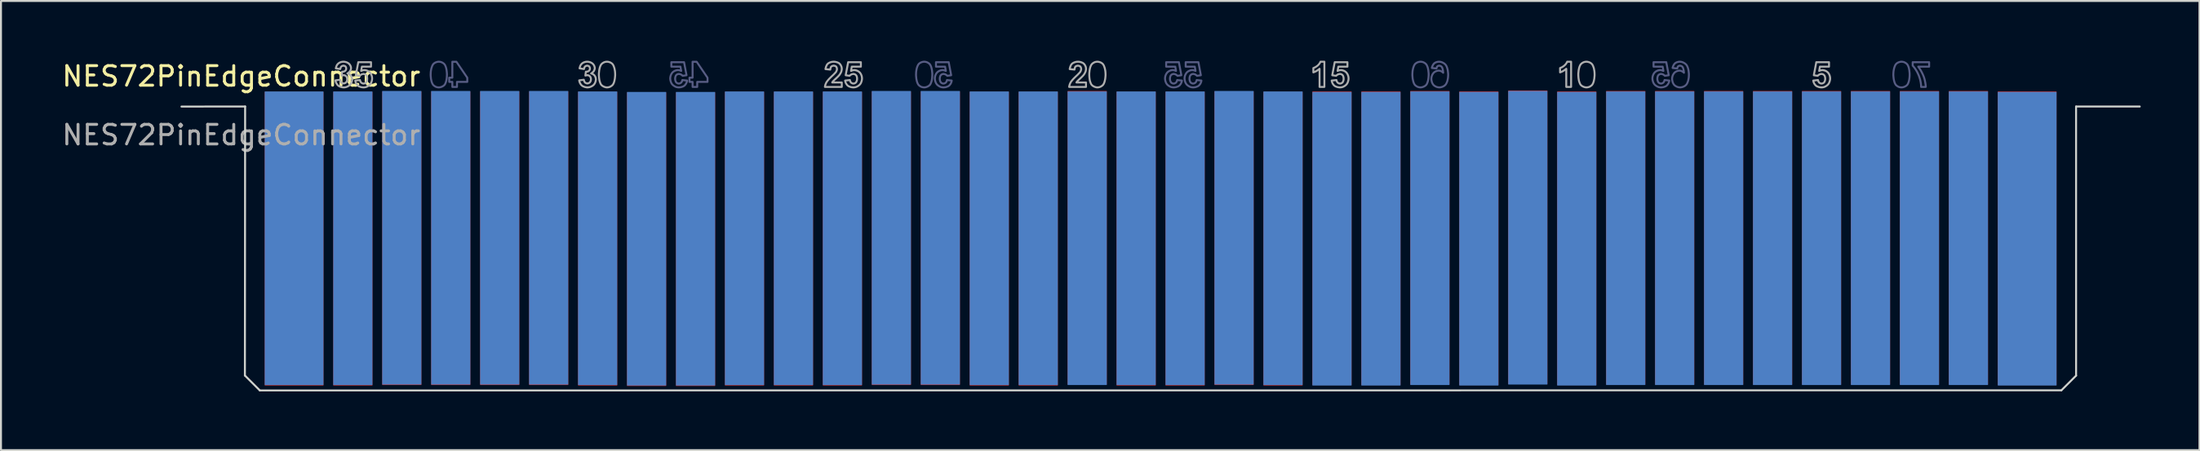
<source format=kicad_pcb>
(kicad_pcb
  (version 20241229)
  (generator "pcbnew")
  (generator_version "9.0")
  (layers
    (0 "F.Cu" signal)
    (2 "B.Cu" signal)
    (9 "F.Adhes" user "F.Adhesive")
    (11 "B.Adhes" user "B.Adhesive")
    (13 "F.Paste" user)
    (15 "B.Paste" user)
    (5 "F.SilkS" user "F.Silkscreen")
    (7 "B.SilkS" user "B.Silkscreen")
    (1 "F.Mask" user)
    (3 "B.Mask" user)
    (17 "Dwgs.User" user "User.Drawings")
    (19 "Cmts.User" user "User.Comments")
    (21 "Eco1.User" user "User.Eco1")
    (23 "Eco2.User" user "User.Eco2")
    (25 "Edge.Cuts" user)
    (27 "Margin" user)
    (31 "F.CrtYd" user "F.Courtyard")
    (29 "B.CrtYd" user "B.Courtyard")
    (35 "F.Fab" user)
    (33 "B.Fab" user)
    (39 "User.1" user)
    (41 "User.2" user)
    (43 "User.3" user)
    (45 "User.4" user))
  (footprint "NES72PinEdgeConnector"
    (layer "F.Cu")
    (at 9.268 1.348)
    (property "Reference" "NES72PinEdgeConnector" (at 0 -0.5 0) (unlocked yes) (layer "F.SilkS") (effects (font (size 1 1) (thickness 0.15))))
    (attr smd)
    (fp_poly (pts (xy 4.299 0.189) (xy 1.096 0.189) (xy 1.096 15.393) (xy 4.299 15.393)) (stroke (width 0) (type solid)) (fill yes) (layer "F.Mask"))
    (fp_poly (pts (xy 6.799 0.189) (xy 4.596 0.189) (xy 4.596 15.393) (xy 6.799 15.393)) (stroke (width 0) (type solid)) (fill yes) (layer "F.Mask"))
    (fp_poly (pts (xy 9.297 0.188) (xy 7.094 0.188) (xy 7.094 15.392) (xy 9.297 15.392)) (stroke (width 0) (type solid)) (fill yes) (layer "F.Mask"))
    (fp_poly (pts (xy 11.802 0.191) (xy 9.598 0.191) (xy 9.598 15.394) (xy 11.802 15.394)) (stroke (width 0) (type solid)) (fill yes) (layer "F.Mask"))
    (fp_poly (pts (xy 14.298 0.187) (xy 12.095 0.187) (xy 12.095 15.39) (xy 14.298 15.39)) (stroke (width 0) (type solid)) (fill yes) (layer "F.Mask"))
    (fp_poly (pts (xy 16.798 0.187) (xy 14.595 0.187) (xy 14.595 15.39) (xy 16.798 15.39)) (stroke (width 0) (type solid)) (fill yes) (layer "F.Mask"))
    (fp_poly (pts (xy 19.298 0.188) (xy 17.095 0.188) (xy 17.095 15.391) (xy 19.298 15.391)) (stroke (width 0) (type solid)) (fill yes) (layer "F.Mask"))
    (fp_poly (pts (xy 21.797 0.187) (xy 19.594 0.187) (xy 19.594 15.39) (xy 21.797 15.39)) (stroke (width 0) (type solid)) (fill yes) (layer "F.Mask"))
    (fp_poly (pts (xy 24.298 0.187) (xy 22.095 0.187) (xy 22.095 15.39) (xy 24.298 15.39)) (stroke (width 0) (type solid)) (fill yes) (layer "F.Mask"))
    (fp_poly (pts (xy 26.797 0.187) (xy 24.594 0.187) (xy 24.594 15.39) (xy 26.797 15.39)) (stroke (width 0) (type solid)) (fill yes) (layer "F.Mask"))
    (fp_poly (pts (xy 29.298 0.187) (xy 27.095 0.187) (xy 27.095 15.39) (xy 29.298 15.39)) (stroke (width 0) (type solid)) (fill yes) (layer "F.Mask"))
    (fp_poly (pts (xy 31.797 0.188) (xy 29.593 0.188) (xy 29.593 15.391) (xy 31.797 15.391)) (stroke (width 0) (type solid)) (fill yes) (layer "F.Mask"))
    (fp_poly (pts (xy 34.298 0.188) (xy 32.095 0.188) (xy 32.095 15.391) (xy 34.298 15.391)) (stroke (width 0) (type solid)) (fill yes) (layer "F.Mask"))
    (fp_poly (pts (xy 36.798 0.188) (xy 34.595 0.188) (xy 34.595 15.391) (xy 36.798 15.391)) (stroke (width 0) (type solid)) (fill yes) (layer "F.Mask"))
    (fp_poly (pts (xy 39.297 0.187) (xy 37.094 0.187) (xy 37.094 15.39) (xy 39.297 15.39)) (stroke (width 0) (type solid)) (fill yes) (layer "F.Mask"))
    (fp_poly (pts (xy 41.797 0.188) (xy 39.594 0.188) (xy 39.594 15.391) (xy 41.797 15.391)) (stroke (width 0) (type solid)) (fill yes) (layer "F.Mask"))
    (fp_poly (pts (xy 44.297 0.188) (xy 42.094 0.188) (xy 42.094 15.391) (xy 44.297 15.391)) (stroke (width 0) (type solid)) (fill yes) (layer "F.Mask"))
    (fp_poly (pts (xy 46.796 0.188) (xy 44.593 0.188) (xy 44.593 15.391) (xy 46.796 15.391)) (stroke (width 0) (type solid)) (fill yes) (layer "F.Mask"))
    (fp_poly (pts (xy 49.303 0.189) (xy 47.1 0.189) (xy 47.1 15.393) (xy 49.303 15.393)) (stroke (width 0) (type solid)) (fill yes) (layer "F.Mask"))
    (fp_poly (pts (xy 51.802 0.189) (xy 49.599 0.189) (xy 49.599 15.393) (xy 51.802 15.393)) (stroke (width 0) (type solid)) (fill yes) (layer "F.Mask"))
    (fp_poly (pts (xy 54.301 0.189) (xy 52.098 0.189) (xy 52.098 15.393) (xy 54.301 15.393)) (stroke (width 0) (type solid)) (fill yes) (layer "F.Mask"))
    (fp_poly (pts (xy 56.802 0.19) (xy 54.599 0.19) (xy 54.599 15.393) (xy 56.802 15.393)) (stroke (width 0) (type solid)) (fill yes) (layer "F.Mask"))
    (fp_poly (pts (xy 59.301 0.189) (xy 57.098 0.189) (xy 57.098 15.393) (xy 59.301 15.393)) (stroke (width 0) (type solid)) (fill yes) (layer "F.Mask"))
    (fp_poly (pts (xy 61.801 0.189) (xy 59.598 0.189) (xy 59.598 15.392) (xy 61.801 15.392)) (stroke (width 0) (type solid)) (fill yes) (layer "F.Mask"))
    (fp_poly (pts (xy 64.302 0.189) (xy 62.099 0.189) (xy 62.099 15.393) (xy 64.302 15.393)) (stroke (width 0) (type solid)) (fill yes) (layer "F.Mask"))
    (fp_poly (pts (xy 66.801 0.19) (xy 64.598 0.19) (xy 64.598 15.393) (xy 66.801 15.393)) (stroke (width 0) (type solid)) (fill yes) (layer "F.Mask"))
    (fp_poly (pts (xy 69.302 0.19) (xy 67.099 0.19) (xy 67.099 15.393) (xy 69.302 15.393)) (stroke (width 0) (type solid)) (fill yes) (layer "F.Mask"))
    (fp_poly (pts (xy 71.802 0.19) (xy 69.598 0.19) (xy 69.598 15.393) (xy 71.802 15.393)) (stroke (width 0) (type solid)) (fill yes) (layer "F.Mask"))
    (fp_poly (pts (xy 74.302 0.19) (xy 72.099 0.19) (xy 72.099 15.393) (xy 74.302 15.393)) (stroke (width 0) (type solid)) (fill yes) (layer "F.Mask"))
    (fp_poly (pts (xy 76.801 0.189) (xy 74.598 0.189) (xy 74.598 15.393) (xy 76.801 15.393)) (stroke (width 0) (type solid)) (fill yes) (layer "F.Mask"))
    (fp_poly (pts (xy 79.301 0.19) (xy 77.098 0.19) (xy 77.098 15.393) (xy 79.301 15.393)) (stroke (width 0) (type solid)) (fill yes) (layer "F.Mask"))
    (fp_poly (pts (xy 81.802 0.19) (xy 79.598 0.19) (xy 79.598 15.393) (xy 81.802 15.393)) (stroke (width 0) (type solid)) (fill yes) (layer "F.Mask"))
    (fp_poly (pts (xy 84.298 0.186) (xy 82.095 0.186) (xy 82.095 15.389) (xy 84.298 15.389)) (stroke (width 0) (type solid)) (fill yes) (layer "F.Mask"))
    (fp_poly (pts (xy 86.802 0.188) (xy 84.599 0.188) (xy 84.599 15.392) (xy 86.802 15.392)) (stroke (width 0) (type solid)) (fill yes) (layer "F.Mask"))
    (fp_poly (pts (xy 89.3 0.188) (xy 87.097 0.188) (xy 87.097 15.391) (xy 89.3 15.391)) (stroke (width 0) (type solid)) (fill yes) (layer "F.Mask"))
    (fp_poly (pts (xy 92.8 0.188) (xy 89.597 0.188) (xy 89.597 15.391) (xy 92.8 15.391)) (stroke (width 0) (type solid)) (fill yes) (layer "F.Mask"))
    (fp_poly (pts (xy 4.299 0.189) (xy 1.096 0.189) (xy 1.096 15.393) (xy 4.299 15.393)) (stroke (width 0) (type solid)) (fill yes) (layer "B.Mask"))
    (fp_poly (pts (xy 6.8 0.189) (xy 4.596 0.189) (xy 4.596 15.393) (xy 6.8 15.393)) (stroke (width 0) (type solid)) (fill yes) (layer "B.Mask"))
    (fp_poly (pts (xy 9.297 0.188) (xy 7.094 0.188) (xy 7.094 15.392) (xy 9.297 15.392)) (stroke (width 0) (type solid)) (fill yes) (layer "B.Mask"))
    (fp_poly (pts (xy 11.802 0.191) (xy 9.598 0.191) (xy 9.598 15.394) (xy 11.802 15.394)) (stroke (width 0) (type solid)) (fill yes) (layer "B.Mask"))
    (fp_poly (pts (xy 14.298 0.187) (xy 12.095 0.187) (xy 12.095 15.39) (xy 14.298 15.39)) (stroke (width 0) (type solid)) (fill yes) (layer "B.Mask"))
    (fp_poly (pts (xy 16.798 0.187) (xy 14.595 0.187) (xy 14.595 15.39) (xy 16.798 15.39)) (stroke (width 0) (type solid)) (fill yes) (layer "B.Mask"))
    (fp_poly (pts (xy 19.298 0.188) (xy 17.095 0.188) (xy 17.095 15.391) (xy 19.298 15.391)) (stroke (width 0) (type solid)) (fill yes) (layer "B.Mask"))
    (fp_poly (pts (xy 21.798 0.187) (xy 19.594 0.187) (xy 19.594 15.39) (xy 21.798 15.39)) (stroke (width 0) (type solid)) (fill yes) (layer "B.Mask"))
    (fp_poly (pts (xy 24.298 0.187) (xy 22.095 0.187) (xy 22.095 15.39) (xy 24.298 15.39)) (stroke (width 0) (type solid)) (fill yes) (layer "B.Mask"))
    (fp_poly (pts (xy 26.797 0.187) (xy 24.594 0.187) (xy 24.594 15.39) (xy 26.797 15.39)) (stroke (width 0) (type solid)) (fill yes) (layer "B.Mask"))
    (fp_poly (pts (xy 29.298 0.187) (xy 27.095 0.187) (xy 27.095 15.39) (xy 29.298 15.39)) (stroke (width 0) (type solid)) (fill yes) (layer "B.Mask"))
    (fp_poly (pts (xy 31.797 0.188) (xy 29.593 0.188) (xy 29.593 15.391) (xy 31.797 15.391)) (stroke (width 0) (type solid)) (fill yes) (layer "B.Mask"))
    (fp_poly (pts (xy 34.298 0.188) (xy 32.095 0.188) (xy 32.095 15.391) (xy 34.298 15.391)) (stroke (width 0) (type solid)) (fill yes) (layer "B.Mask"))
    (fp_poly (pts (xy 36.798 0.188) (xy 34.595 0.188) (xy 34.595 15.391) (xy 36.798 15.391)) (stroke (width 0) (type solid)) (fill yes) (layer "B.Mask"))
    (fp_poly (pts (xy 39.297 0.187) (xy 37.094 0.187) (xy 37.094 15.39) (xy 39.297 15.39)) (stroke (width 0) (type solid)) (fill yes) (layer "B.Mask"))
    (fp_poly (pts (xy 41.797 0.188) (xy 39.594 0.188) (xy 39.594 15.391) (xy 41.797 15.391)) (stroke (width 0) (type solid)) (fill yes) (layer "B.Mask"))
    (fp_poly (pts (xy 44.297 0.188) (xy 42.094 0.188) (xy 42.094 15.391) (xy 44.297 15.391)) (stroke (width 0) (type solid)) (fill yes) (layer "B.Mask"))
    (fp_poly (pts (xy 46.796 0.188) (xy 44.593 0.188) (xy 44.593 15.391) (xy 46.796 15.391)) (stroke (width 0) (type solid)) (fill yes) (layer "B.Mask"))
    (fp_poly (pts (xy 49.303 0.189) (xy 47.1 0.189) (xy 47.1 15.393) (xy 49.303 15.393)) (stroke (width 0) (type solid)) (fill yes) (layer "B.Mask"))
    (fp_poly (pts (xy 51.802 0.189) (xy 49.599 0.189) (xy 49.599 15.393) (xy 51.802 15.393)) (stroke (width 0) (type solid)) (fill yes) (layer "B.Mask"))
    (fp_poly (pts (xy 54.301 0.189) (xy 52.098 0.189) (xy 52.098 15.393) (xy 54.301 15.393)) (stroke (width 0) (type solid)) (fill yes) (layer "B.Mask"))
    (fp_poly (pts (xy 56.802 0.19) (xy 54.599 0.19) (xy 54.599 15.393) (xy 56.802 15.393)) (stroke (width 0) (type solid)) (fill yes) (layer "B.Mask"))
    (fp_poly (pts (xy 59.301 0.189) (xy 57.098 0.189) (xy 57.098 15.393) (xy 59.301 15.393)) (stroke (width 0) (type solid)) (fill yes) (layer "B.Mask"))
    (fp_poly (pts (xy 61.801 0.189) (xy 59.598 0.189) (xy 59.598 15.392) (xy 61.801 15.392)) (stroke (width 0) (type solid)) (fill yes) (layer "B.Mask"))
    (fp_poly (pts (xy 64.302 0.189) (xy 62.099 0.189) (xy 62.099 15.393) (xy 64.302 15.393)) (stroke (width 0) (type solid)) (fill yes) (layer "B.Mask"))
    (fp_poly (pts (xy 66.801 0.19) (xy 64.598 0.19) (xy 64.598 15.393) (xy 66.801 15.393)) (stroke (width 0) (type solid)) (fill yes) (layer "B.Mask"))
    (fp_poly (pts (xy 69.302 0.19) (xy 67.099 0.19) (xy 67.099 15.393) (xy 69.302 15.393)) (stroke (width 0) (type solid)) (fill yes) (layer "B.Mask"))
    (fp_poly (pts (xy 71.802 0.19) (xy 69.598 0.19) (xy 69.598 15.393) (xy 71.802 15.393)) (stroke (width 0) (type solid)) (fill yes) (layer "B.Mask"))
    (fp_poly (pts (xy 74.302 0.19) (xy 72.099 0.19) (xy 72.099 15.393) (xy 74.302 15.393)) (stroke (width 0) (type solid)) (fill yes) (layer "B.Mask"))
    (fp_poly (pts (xy 76.801 0.189) (xy 74.598 0.189) (xy 74.598 15.392) (xy 76.801 15.392)) (stroke (width 0) (type solid)) (fill yes) (layer "B.Mask"))
    (fp_poly (pts (xy 79.301 0.19) (xy 77.098 0.19) (xy 77.098 15.393) (xy 79.301 15.393)) (stroke (width 0) (type solid)) (fill yes) (layer "B.Mask"))
    (fp_poly (pts (xy 81.802 0.19) (xy 79.598 0.19) (xy 79.598 15.393) (xy 81.802 15.393)) (stroke (width 0) (type solid)) (fill yes) (layer "B.Mask"))
    (fp_poly (pts (xy 84.298 0.186) (xy 82.095 0.186) (xy 82.095 15.389) (xy 84.298 15.389)) (stroke (width 0) (type solid)) (fill yes) (layer "B.Mask"))
    (fp_poly (pts (xy 86.802 0.188) (xy 84.599 0.188) (xy 84.599 15.392) (xy 86.802 15.392)) (stroke (width 0) (type solid)) (fill yes) (layer "B.Mask"))
    (fp_poly (pts (xy 89.3 0.188) (xy 87.097 0.188) (xy 87.097 15.391) (xy 89.3 15.391)) (stroke (width 0) (type solid)) (fill yes) (layer "B.Mask"))
    (fp_poly (pts (xy 92.8 0.188) (xy 89.597 0.188) (xy 89.597 15.391) (xy 92.8 15.391)) (stroke (width 0) (type solid)) (fill yes) (layer "B.Mask"))
    (fp_poly (pts (xy 4.198 0.291) (xy 1.198 0.291) (xy 1.198 15.291) (xy 4.198 15.291)) (stroke (width 0) (type solid)) (fill yes) (layer "F.Paste"))
    (fp_poly (pts (xy 6.698 0.291) (xy 4.698 0.291) (xy 4.698 15.291) (xy 6.698 15.291)) (stroke (width 0) (type solid)) (fill yes) (layer "F.Paste"))
    (fp_poly (pts (xy 9.196 0.29) (xy 7.196 0.29) (xy 7.196 15.29) (xy 9.196 15.29)) (stroke (width 0) (type solid)) (fill yes) (layer "F.Paste"))
    (fp_poly (pts (xy 11.7 0.292) (xy 9.7 0.292) (xy 9.7 15.293) (xy 11.7 15.293)) (stroke (width 0) (type solid)) (fill yes) (layer "F.Paste"))
    (fp_poly (pts (xy 14.196 0.288) (xy 12.196 0.288) (xy 12.196 15.288) (xy 14.196 15.288)) (stroke (width 0) (type solid)) (fill yes) (layer "F.Paste"))
    (fp_poly (pts (xy 16.697 0.288) (xy 14.697 0.288) (xy 14.697 15.288) (xy 16.697 15.288)) (stroke (width 0) (type solid)) (fill yes) (layer "F.Paste"))
    (fp_poly (pts (xy 19.196 0.289) (xy 17.196 0.289) (xy 17.196 15.289) (xy 19.196 15.289)) (stroke (width 0) (type solid)) (fill yes) (layer "F.Paste"))
    (fp_poly (pts (xy 21.696 0.288) (xy 19.696 0.288) (xy 19.696 15.288) (xy 21.696 15.288)) (stroke (width 0) (type solid)) (fill yes) (layer "F.Paste"))
    (fp_poly (pts (xy 24.196 0.288) (xy 22.196 0.288) (xy 22.196 15.288) (xy 24.196 15.288)) (stroke (width 0) (type solid)) (fill yes) (layer "F.Paste"))
    (fp_poly (pts (xy 26.695 0.288) (xy 24.695 0.288) (xy 24.695 15.288) (xy 26.695 15.288)) (stroke (width 0) (type solid)) (fill yes) (layer "F.Paste"))
    (fp_poly (pts (xy 29.196 0.288) (xy 27.196 0.288) (xy 27.196 15.288) (xy 29.196 15.288)) (stroke (width 0) (type solid)) (fill yes) (layer "F.Paste"))
    (fp_poly (pts (xy 31.695 0.289) (xy 29.695 0.289) (xy 29.695 15.289) (xy 31.695 15.289)) (stroke (width 0) (type solid)) (fill yes) (layer "F.Paste"))
    (fp_poly (pts (xy 34.196 0.289) (xy 32.196 0.289) (xy 32.196 15.289) (xy 34.196 15.289)) (stroke (width 0) (type solid)) (fill yes) (layer "F.Paste"))
    (fp_poly (pts (xy 36.696 0.289) (xy 34.696 0.289) (xy 34.696 15.289) (xy 36.696 15.289)) (stroke (width 0) (type solid)) (fill yes) (layer "F.Paste"))
    (fp_poly (pts (xy 39.195 0.288) (xy 37.195 0.288) (xy 37.195 15.288) (xy 39.195 15.288)) (stroke (width 0) (type solid)) (fill yes) (layer "F.Paste"))
    (fp_poly (pts (xy 41.696 0.289) (xy 39.696 0.289) (xy 39.696 15.289) (xy 41.696 15.289)) (stroke (width 0) (type solid)) (fill yes) (layer "F.Paste"))
    (fp_poly (pts (xy 44.195 0.289) (xy 42.195 0.289) (xy 42.195 15.289) (xy 44.195 15.289)) (stroke (width 0) (type solid)) (fill yes) (layer "F.Paste"))
    (fp_poly (pts (xy 46.694 0.289) (xy 44.694 0.289) (xy 44.694 15.289) (xy 46.694 15.289)) (stroke (width 0) (type solid)) (fill yes) (layer "F.Paste"))
    (fp_poly (pts (xy 49.201 0.291) (xy 47.201 0.291) (xy 47.201 15.291) (xy 49.201 15.291)) (stroke (width 0) (type solid)) (fill yes) (layer "F.Paste"))
    (fp_poly (pts (xy 51.7 0.291) (xy 49.7 0.291) (xy 49.7 15.291) (xy 51.7 15.291)) (stroke (width 0) (type solid)) (fill yes) (layer "F.Paste"))
    (fp_poly (pts (xy 54.2 0.291) (xy 52.2 0.291) (xy 52.2 15.291) (xy 54.2 15.291)) (stroke (width 0) (type solid)) (fill yes) (layer "F.Paste"))
    (fp_poly (pts (xy 56.7 0.292) (xy 54.7 0.292) (xy 54.7 15.292) (xy 56.7 15.292)) (stroke (width 0) (type solid)) (fill yes) (layer "F.Paste"))
    (fp_poly (pts (xy 59.199 0.291) (xy 57.199 0.291) (xy 57.199 15.291) (xy 59.199 15.291)) (stroke (width 0) (type solid)) (fill yes) (layer "F.Paste"))
    (fp_poly (pts (xy 61.699 0.291) (xy 59.699 0.291) (xy 59.699 15.291) (xy 61.699 15.291)) (stroke (width 0) (type solid)) (fill yes) (layer "F.Paste"))
    (fp_poly (pts (xy 64.201 0.291) (xy 62.201 0.291) (xy 62.201 15.291) (xy 64.201 15.291)) (stroke (width 0) (type solid)) (fill yes) (layer "F.Paste"))
    (fp_poly (pts (xy 66.699 0.292) (xy 64.699 0.292) (xy 64.699 15.292) (xy 66.699 15.292)) (stroke (width 0) (type solid)) (fill yes) (layer "F.Paste"))
    (fp_poly (pts (xy 69.2 0.292) (xy 67.2 0.292) (xy 67.2 15.292) (xy 69.2 15.292)) (stroke (width 0) (type solid)) (fill yes) (layer "F.Paste"))
    (fp_poly (pts (xy 71.7 0.292) (xy 69.7 0.292) (xy 69.7 15.292) (xy 71.7 15.292)) (stroke (width 0) (type solid)) (fill yes) (layer "F.Paste"))
    (fp_poly (pts (xy 74.2 0.292) (xy 72.2 0.292) (xy 72.2 15.292) (xy 74.2 15.292)) (stroke (width 0) (type solid)) (fill yes) (layer "F.Paste"))
    (fp_poly (pts (xy 76.7 0.291) (xy 74.7 0.291) (xy 74.7 15.291) (xy 76.7 15.291)) (stroke (width 0) (type solid)) (fill yes) (layer "F.Paste"))
    (fp_poly (pts (xy 79.199 0.292) (xy 77.199 0.292) (xy 77.199 15.292) (xy 79.199 15.292)) (stroke (width 0) (type solid)) (fill yes) (layer "F.Paste"))
    (fp_poly (pts (xy 81.7 0.292) (xy 79.7 0.292) (xy 79.7 15.292) (xy 81.7 15.292)) (stroke (width 0) (type solid)) (fill yes) (layer "F.Paste"))
    (fp_poly (pts (xy 84.196 0.288) (xy 82.196 0.288) (xy 82.196 15.288) (xy 84.196 15.288)) (stroke (width 0) (type solid)) (fill yes) (layer "F.Paste"))
    (fp_poly (pts (xy 86.7 0.29) (xy 84.7 0.29) (xy 84.7 15.29) (xy 86.7 15.29)) (stroke (width 0) (type solid)) (fill yes) (layer "F.Paste"))
    (fp_poly (pts (xy 89.198 0.289) (xy 87.198 0.289) (xy 87.198 15.289) (xy 89.198 15.289)) (stroke (width 0) (type solid)) (fill yes) (layer "F.Paste"))
    (fp_poly (pts (xy 92.698 0.289) (xy 89.698 0.289) (xy 89.698 15.289) (xy 92.698 15.289)) (stroke (width 0) (type solid)) (fill yes) (layer "F.Paste"))
    (fp_poly (pts (xy 4.198 0.291) (xy 1.198 0.291) (xy 1.198 15.291) (xy 4.198 15.291)) (stroke (width 0) (type solid)) (fill yes) (layer "B.Paste"))
    (fp_poly (pts (xy 6.698 0.291) (xy 4.698 0.291) (xy 4.698 15.291) (xy 6.698 15.291)) (stroke (width 0) (type solid)) (fill yes) (layer "B.Paste"))
    (fp_poly (pts (xy 9.196 0.29) (xy 7.196 0.29) (xy 7.196 15.29) (xy 9.196 15.29)) (stroke (width 0) (type solid)) (fill yes) (layer "B.Paste"))
    (fp_poly (pts (xy 11.7 0.292) (xy 9.7 0.292) (xy 9.7 15.293) (xy 11.7 15.293)) (stroke (width 0) (type solid)) (fill yes) (layer "B.Paste"))
    (fp_poly (pts (xy 14.196 0.288) (xy 12.196 0.288) (xy 12.196 15.288) (xy 14.196 15.288)) (stroke (width 0) (type solid)) (fill yes) (layer "B.Paste"))
    (fp_poly (pts (xy 16.697 0.288) (xy 14.697 0.288) (xy 14.697 15.288) (xy 16.697 15.288)) (stroke (width 0) (type solid)) (fill yes) (layer "B.Paste"))
    (fp_poly (pts (xy 19.197 0.289) (xy 17.197 0.289) (xy 17.197 15.289) (xy 19.197 15.289)) (stroke (width 0) (type solid)) (fill yes) (layer "B.Paste"))
    (fp_poly (pts (xy 21.696 0.288) (xy 19.696 0.288) (xy 19.696 15.288) (xy 21.696 15.288)) (stroke (width 0) (type solid)) (fill yes) (layer "B.Paste"))
    (fp_poly (pts (xy 24.196 0.288) (xy 22.196 0.288) (xy 22.196 15.288) (xy 24.196 15.288)) (stroke (width 0) (type solid)) (fill yes) (layer "B.Paste"))
    (fp_poly (pts (xy 26.696 0.288) (xy 24.696 0.288) (xy 24.696 15.288) (xy 26.696 15.288)) (stroke (width 0) (type solid)) (fill yes) (layer "B.Paste"))
    (fp_poly (pts (xy 29.196 0.288) (xy 27.196 0.288) (xy 27.196 15.288) (xy 29.196 15.288)) (stroke (width 0) (type solid)) (fill yes) (layer "B.Paste"))
    (fp_poly (pts (xy 31.695 0.289) (xy 29.695 0.289) (xy 29.695 15.289) (xy 31.695 15.289)) (stroke (width 0) (type solid)) (fill yes) (layer "B.Paste"))
    (fp_poly (pts (xy 34.196 0.289) (xy 32.196 0.289) (xy 32.196 15.289) (xy 34.196 15.289)) (stroke (width 0) (type solid)) (fill yes) (layer "B.Paste"))
    (fp_poly (pts (xy 36.696 0.289) (xy 34.696 0.289) (xy 34.696 15.289) (xy 36.696 15.289)) (stroke (width 0) (type solid)) (fill yes) (layer "B.Paste"))
    (fp_poly (pts (xy 39.195 0.288) (xy 37.195 0.288) (xy 37.195 15.288) (xy 39.195 15.288)) (stroke (width 0) (type solid)) (fill yes) (layer "B.Paste"))
    (fp_poly (pts (xy 41.696 0.289) (xy 39.696 0.289) (xy 39.696 15.289) (xy 41.696 15.289)) (stroke (width 0) (type solid)) (fill yes) (layer "B.Paste"))
    (fp_poly (pts (xy 44.195 0.289) (xy 42.195 0.289) (xy 42.195 15.289) (xy 44.195 15.289)) (stroke (width 0) (type solid)) (fill yes) (layer "B.Paste"))
    (fp_poly (pts (xy 46.694 0.289) (xy 44.694 0.289) (xy 44.694 15.289) (xy 46.694 15.289)) (stroke (width 0) (type solid)) (fill yes) (layer "B.Paste"))
    (fp_poly (pts (xy 49.201 0.291) (xy 47.201 0.291) (xy 47.201 15.291) (xy 49.201 15.291)) (stroke (width 0) (type solid)) (fill yes) (layer "B.Paste"))
    (fp_poly (pts (xy 51.7 0.291) (xy 49.7 0.291) (xy 49.7 15.291) (xy 51.7 15.291)) (stroke (width 0) (type solid)) (fill yes) (layer "B.Paste"))
    (fp_poly (pts (xy 54.2 0.291) (xy 52.2 0.291) (xy 52.2 15.291) (xy 54.2 15.291)) (stroke (width 0) (type solid)) (fill yes) (layer "B.Paste"))
    (fp_poly (pts (xy 56.7 0.291) (xy 54.7 0.291) (xy 54.7 15.291) (xy 56.7 15.291)) (stroke (width 0) (type solid)) (fill yes) (layer "B.Paste"))
    (fp_poly (pts (xy 59.199 0.291) (xy 57.199 0.291) (xy 57.199 15.291) (xy 59.199 15.291)) (stroke (width 0) (type solid)) (fill yes) (layer "B.Paste"))
    (fp_poly (pts (xy 61.699 0.291) (xy 59.699 0.291) (xy 59.699 15.291) (xy 61.699 15.291)) (stroke (width 0) (type solid)) (fill yes) (layer "B.Paste"))
    (fp_poly (pts (xy 64.201 0.291) (xy 62.201 0.291) (xy 62.201 15.291) (xy 64.201 15.291)) (stroke (width 0) (type solid)) (fill yes) (layer "B.Paste"))
    (fp_poly (pts (xy 66.699 0.292) (xy 64.699 0.292) (xy 64.699 15.292) (xy 66.699 15.292)) (stroke (width 0) (type solid)) (fill yes) (layer "B.Paste"))
    (fp_poly (pts (xy 69.2 0.292) (xy 67.2 0.292) (xy 67.2 15.292) (xy 69.2 15.292)) (stroke (width 0) (type solid)) (fill yes) (layer "B.Paste"))
    (fp_poly (pts (xy 71.7 0.292) (xy 69.7 0.292) (xy 69.7 15.292) (xy 71.7 15.292)) (stroke (width 0) (type solid)) (fill yes) (layer "B.Paste"))
    (fp_poly (pts (xy 74.2 0.291) (xy 72.2 0.291) (xy 72.2 15.291) (xy 74.2 15.291)) (stroke (width 0) (type solid)) (fill yes) (layer "B.Paste"))
    (fp_poly (pts (xy 76.7 0.291) (xy 74.7 0.291) (xy 74.7 15.291) (xy 76.7 15.291)) (stroke (width 0) (type solid)) (fill yes) (layer "B.Paste"))
    (fp_poly (pts (xy 79.199 0.292) (xy 77.199 0.292) (xy 77.199 15.292) (xy 79.199 15.292)) (stroke (width 0) (type solid)) (fill yes) (layer "B.Paste"))
    (fp_poly (pts (xy 81.7 0.292) (xy 79.7 0.292) (xy 79.7 15.292) (xy 81.7 15.292)) (stroke (width 0) (type solid)) (fill yes) (layer "B.Paste"))
    (fp_poly (pts (xy 84.196 0.288) (xy 82.196 0.288) (xy 82.196 15.288) (xy 84.196 15.288)) (stroke (width 0) (type solid)) (fill yes) (layer "B.Paste"))
    (fp_poly (pts (xy 86.7 0.29) (xy 84.7 0.29) (xy 84.7 15.29) (xy 86.7 15.29)) (stroke (width 0) (type solid)) (fill yes) (layer "B.Paste"))
    (fp_poly (pts (xy 89.198 0.289) (xy 87.198 0.289) (xy 87.198 15.289) (xy 89.198 15.289)) (stroke (width 0) (type solid)) (fill yes) (layer "B.Paste"))
    (fp_poly (pts (xy 92.698 0.289) (xy 89.698 0.289) (xy 89.698 15.289) (xy 92.698 15.289)) (stroke (width 0) (type solid)) (fill yes) (layer "B.Paste"))
    (fp_line (start -3.051 1.047) (end 0.2 1.043) (stroke (width 0.1) (type solid)) (layer "Edge.Cuts"))
    (fp_line (start 0.188 14.789) (end 0.2 1.043) (stroke (width 0.1) (type solid)) (layer "Edge.Cuts"))
    (fp_line (start 0.188 14.789) (end 0.95 15.551) (stroke (width 0.1) (type solid)) (layer "Edge.Cuts"))
    (fp_line (start 0.95 15.551) (end 92.948 15.545) (stroke (width 0.1) (type solid)) (layer "Edge.Cuts"))
    (fp_line (start 92.948 15.545) (end 93.699 14.795) (stroke (width 0.1) (type solid)) (layer "Edge.Cuts"))
    (fp_line (start 93.698 1.045) (end 93.699 14.795) (stroke (width 0.1) (type solid)) (layer "Edge.Cuts"))
    (fp_line (start 93.698 1.045) (end 96.95 1.045) (stroke (width 0.1) (type solid)) (layer "Edge.Cuts"))
    (fp_poly (pts (xy 11.544 -0.427) (xy 11.544 -0.214) (xy 11.018 -0.214) (xy 11.018 0.043) (xy 10.781 0.043) (xy 10.781 -0.214) (xy 10.622 -0.214) (xy 10.622 -0.429) (xy 10.781 -0.429) (xy 10.781 -1.243) (xy 10.988 -1.243)) (stroke (width 0.1) (type solid)) (fill no) (layer "B.Fab"))
    (fp_poly (pts (xy 23.812 -0.427) (xy 23.812 -0.214) (xy 23.286 -0.214) (xy 23.286 0.043) (xy 23.049 0.043) (xy 23.049 -0.214) (xy 22.89 -0.214) (xy 22.89 -0.429) (xy 23.049 -0.429) (xy 23.049 -1.243) (xy 23.257 -1.243)) (stroke (width 0.1) (type solid)) (fill no) (layer "B.Fab"))
    (fp_poly (pts (xy 86.195 -0.993) (xy 85.637 -0.993) (xy 85.698 -0.91) (xy 85.752 -0.823) (xy 85.778 -0.782) (xy 85.8 -0.74) (xy 85.82 -0.701) (xy 85.839 -0.664) (xy 85.856 -0.629) (xy 85.871 -0.597) (xy 85.883 -0.568) (xy 85.894 -0.543) (xy 85.902 -0.525) (xy 85.907 -0.51) (xy 85.911 -0.501) (xy 85.913 -0.497) (xy 85.932 -0.445) (xy 85.948 -0.395) (xy 85.961 -0.345) (xy 85.974 -0.297) (xy 85.983 -0.249) (xy 85.993 -0.205) (xy 86 -0.162) (xy 86.006 -0.123) (xy 86.011 -0.088) (xy 86.015 -0.055) (xy 86.019 -0.027) (xy 86.02 -0.003) (xy 86.02 0.018) (xy 86.022 0.032) (xy 86.022 0.04) (xy 86.022 0.043) (xy 85.785 0.043) (xy 85.783 -0.021) (xy 85.778 -0.088) (xy 85.769 -0.153) (xy 85.765 -0.182) (xy 85.759 -0.212) (xy 85.754 -0.238) (xy 85.748 -0.264) (xy 85.745 -0.284) (xy 85.741 -0.303) (xy 85.737 -0.319) (xy 85.733 -0.331) (xy 85.732 -0.338) (xy 85.732 -0.34) (xy 85.707 -0.419) (xy 85.682 -0.495) (xy 85.669 -0.53) (xy 85.654 -0.564) (xy 85.641 -0.595) (xy 85.628 -0.625) (xy 85.615 -0.651) (xy 85.604 -0.675) (xy 85.593 -0.697) (xy 85.585 -0.714) (xy 85.578 -0.729) (xy 85.572 -0.738) (xy 85.569 -0.745) (xy 85.567 -0.747) (xy 85.546 -0.782) (xy 85.526 -0.816) (xy 85.507 -0.845) (xy 85.489 -0.875) (xy 85.471 -0.901) (xy 85.452 -0.925) (xy 85.435 -0.947) (xy 85.421 -0.968) (xy 85.406 -0.986) (xy 85.393 -1.001) (xy 85.382 -1.014) (xy 85.372 -1.025) (xy 85.365 -1.032) (xy 85.359 -1.038) (xy 85.356 -1.042) (xy 85.354 -1.043) (xy 85.354 -1.221) (xy 86.195 -1.221)) (stroke (width 0.1) (type solid)) (fill no) (layer "B.Fab"))
    (fp_poly (pts (xy 10.124 -1.243) (xy 10.155 -1.24) (xy 10.187 -1.232) (xy 10.214 -1.225) (xy 10.24 -1.214) (xy 10.264 -1.203) (xy 10.285 -1.192) (xy 10.305 -1.179) (xy 10.322 -1.166) (xy 10.338 -1.155) (xy 10.351 -1.143) (xy 10.361 -1.132) (xy 10.37 -1.125) (xy 10.376 -1.117) (xy 10.379 -1.114) (xy 10.381 -1.112) (xy 10.403 -1.08) (xy 10.422 -1.043) (xy 10.438 -1.004) (xy 10.453 -0.964) (xy 10.464 -0.921) (xy 10.476 -0.877) (xy 10.483 -0.834) (xy 10.49 -0.792) (xy 10.494 -0.751) (xy 10.498 -0.714) (xy 10.501 -0.679) (xy 10.503 -0.649) (xy 10.505 -0.625) (xy 10.505 -0.606) (xy 10.505 -0.599) (xy 10.505 -0.593) (xy 10.505 -0.592) (xy 10.505 -0.59) (xy 10.503 -0.523) (xy 10.5 -0.462) (xy 10.494 -0.405) (xy 10.487 -0.353) (xy 10.479 -0.306) (xy 10.47 -0.264) (xy 10.459 -0.227) (xy 10.448 -0.194) (xy 10.438 -0.166) (xy 10.427 -0.14) (xy 10.418 -0.119) (xy 10.409 -0.103) (xy 10.403 -0.092) (xy 10.398 -0.082) (xy 10.394 -0.077) (xy 10.392 -0.075) (xy 10.37 -0.049) (xy 10.346 -0.029) (xy 10.322 -0.008) (xy 10.296 0.006) (xy 10.272 0.021) (xy 10.246 0.032) (xy 10.222 0.042) (xy 10.198 0.049) (xy 10.175 0.057) (xy 10.155 0.06) (xy 10.137 0.064) (xy 10.122 0.066) (xy 10.109 0.066) (xy 10.098 0.068) (xy 10.09 0.068) (xy 10.057 0.066) (xy 10.025 0.062) (xy 9.994 0.055) (xy 9.966 0.047) (xy 9.94 0.038) (xy 9.916 0.027) (xy 9.896 0.014) (xy 9.876 0.001) (xy 9.859 -0.01) (xy 9.842 -0.023) (xy 9.829 -0.034) (xy 9.818 -0.043) (xy 9.811 -0.051) (xy 9.805 -0.058) (xy 9.802 -0.062) (xy 9.8 -0.064) (xy 9.777 -0.095) (xy 9.759 -0.132) (xy 9.74 -0.171) (xy 9.727 -0.214) (xy 9.714 -0.256) (xy 9.705 -0.299) (xy 9.696 -0.344) (xy 9.688 -0.386) (xy 9.685 -0.427) (xy 9.681 -0.464) (xy 9.677 -0.499) (xy 9.676 -0.529) (xy 9.674 -0.553) (xy 9.674 -0.571) (xy 9.674 -0.579) (xy 9.674 -0.584) (xy 9.674 -0.586) (xy 9.674 -0.588) (xy 9.676 -0.655) (xy 9.679 -0.716) (xy 9.685 -0.771) (xy 9.694 -0.823) (xy 9.703 -0.871) (xy 9.713 -0.914) (xy 9.726 -0.953) (xy 9.737 -0.986) (xy 9.748 -1.018) (xy 9.759 -1.042) (xy 9.77 -1.064) (xy 9.779 -1.082) (xy 9.789 -1.095) (xy 9.794 -1.105) (xy 9.798 -1.11) (xy 9.8 -1.112) (xy 9.82 -1.136) (xy 9.842 -1.156) (xy 9.866 -1.173) (xy 9.89 -1.19) (xy 9.914 -1.203) (xy 9.938 -1.212) (xy 9.961 -1.221) (xy 9.985 -1.229) (xy 10.007 -1.234) (xy 10.025 -1.238) (xy 10.044 -1.242) (xy 10.059 -1.243) (xy 10.072 -1.245) (xy 10.09 -1.245)) (stroke (width 0.1) (type solid)) (fill no) (layer "B.Fab"))
    (fp_poly (pts (xy 34.91 -1.243) (xy 34.941 -1.24) (xy 34.972 -1.232) (xy 35 -1.225) (xy 35.026 -1.214) (xy 35.05 -1.203) (xy 35.071 -1.192) (xy 35.091 -1.179) (xy 35.108 -1.166) (xy 35.124 -1.155) (xy 35.137 -1.143) (xy 35.147 -1.132) (xy 35.156 -1.125) (xy 35.161 -1.117) (xy 35.165 -1.114) (xy 35.167 -1.112) (xy 35.189 -1.08) (xy 35.208 -1.043) (xy 35.224 -1.004) (xy 35.239 -0.964) (xy 35.25 -0.921) (xy 35.261 -0.877) (xy 35.269 -0.834) (xy 35.276 -0.792) (xy 35.28 -0.751) (xy 35.284 -0.714) (xy 35.287 -0.679) (xy 35.289 -0.649) (xy 35.291 -0.625) (xy 35.291 -0.606) (xy 35.291 -0.599) (xy 35.291 -0.593) (xy 35.291 -0.592) (xy 35.291 -0.59) (xy 35.289 -0.523) (xy 35.285 -0.462) (xy 35.28 -0.405) (xy 35.273 -0.353) (xy 35.265 -0.306) (xy 35.256 -0.264) (xy 35.245 -0.227) (xy 35.234 -0.194) (xy 35.224 -0.166) (xy 35.213 -0.14) (xy 35.204 -0.119) (xy 35.195 -0.103) (xy 35.189 -0.092) (xy 35.184 -0.082) (xy 35.18 -0.077) (xy 35.178 -0.075) (xy 35.156 -0.049) (xy 35.132 -0.029) (xy 35.108 -0.008) (xy 35.082 0.006) (xy 35.058 0.021) (xy 35.032 0.032) (xy 35.008 0.042) (xy 34.984 0.049) (xy 34.961 0.057) (xy 34.941 0.06) (xy 34.922 0.064) (xy 34.908 0.066) (xy 34.895 0.066) (xy 34.884 0.068) (xy 34.876 0.068) (xy 34.843 0.066) (xy 34.811 0.062) (xy 34.78 0.055) (xy 34.752 0.047) (xy 34.726 0.038) (xy 34.702 0.027) (xy 34.682 0.014) (xy 34.661 0.001) (xy 34.645 -0.01) (xy 34.628 -0.023) (xy 34.615 -0.034) (xy 34.604 -0.043) (xy 34.597 -0.051) (xy 34.591 -0.058) (xy 34.587 -0.062) (xy 34.586 -0.064) (xy 34.563 -0.095) (xy 34.545 -0.132) (xy 34.526 -0.171) (xy 34.513 -0.214) (xy 34.5 -0.256) (xy 34.491 -0.299) (xy 34.482 -0.344) (xy 34.474 -0.386) (xy 34.471 -0.427) (xy 34.467 -0.464) (xy 34.463 -0.499) (xy 34.462 -0.529) (xy 34.46 -0.553) (xy 34.46 -0.571) (xy 34.46 -0.579) (xy 34.46 -0.584) (xy 34.46 -0.586) (xy 34.46 -0.588) (xy 34.462 -0.655) (xy 34.465 -0.716) (xy 34.471 -0.771) (xy 34.48 -0.823) (xy 34.489 -0.871) (xy 34.498 -0.914) (xy 34.511 -0.953) (xy 34.523 -0.986) (xy 34.534 -1.018) (xy 34.545 -1.042) (xy 34.556 -1.064) (xy 34.565 -1.082) (xy 34.574 -1.095) (xy 34.58 -1.105) (xy 34.584 -1.11) (xy 34.586 -1.112) (xy 34.606 -1.136) (xy 34.628 -1.156) (xy 34.652 -1.173) (xy 34.676 -1.19) (xy 34.7 -1.203) (xy 34.724 -1.212) (xy 34.747 -1.221) (xy 34.771 -1.229) (xy 34.793 -1.234) (xy 34.811 -1.238) (xy 34.83 -1.242) (xy 34.845 -1.243) (xy 34.858 -1.245) (xy 34.876 -1.245)) (stroke (width 0.1) (type solid)) (fill no) (layer "B.Fab"))
    (fp_poly (pts (xy 60.255 -1.243) (xy 60.286 -1.24) (xy 60.318 -1.232) (xy 60.346 -1.225) (xy 60.372 -1.214) (xy 60.396 -1.203) (xy 60.416 -1.192) (xy 60.437 -1.179) (xy 60.453 -1.166) (xy 60.47 -1.155) (xy 60.483 -1.143) (xy 60.492 -1.132) (xy 60.501 -1.125) (xy 60.507 -1.117) (xy 60.511 -1.114) (xy 60.512 -1.112) (xy 60.535 -1.08) (xy 60.553 -1.043) (xy 60.57 -1.004) (xy 60.585 -0.964) (xy 60.596 -0.921) (xy 60.607 -0.877) (xy 60.614 -0.834) (xy 60.622 -0.792) (xy 60.625 -0.751) (xy 60.629 -0.714) (xy 60.633 -0.679) (xy 60.635 -0.649) (xy 60.636 -0.625) (xy 60.636 -0.606) (xy 60.636 -0.599) (xy 60.636 -0.593) (xy 60.636 -0.592) (xy 60.636 -0.59) (xy 60.635 -0.523) (xy 60.631 -0.462) (xy 60.625 -0.405) (xy 60.618 -0.353) (xy 60.611 -0.306) (xy 60.601 -0.264) (xy 60.59 -0.227) (xy 60.579 -0.194) (xy 60.57 -0.166) (xy 60.559 -0.14) (xy 60.55 -0.119) (xy 60.54 -0.103) (xy 60.535 -0.092) (xy 60.529 -0.082) (xy 60.525 -0.077) (xy 60.524 -0.075) (xy 60.501 -0.049) (xy 60.477 -0.029) (xy 60.453 -0.008) (xy 60.427 0.006) (xy 60.403 0.021) (xy 60.377 0.032) (xy 60.353 0.042) (xy 60.329 0.049) (xy 60.307 0.057) (xy 60.286 0.06) (xy 60.268 0.064) (xy 60.253 0.066) (xy 60.24 0.066) (xy 60.229 0.068) (xy 60.222 0.068) (xy 60.188 0.066) (xy 60.157 0.062) (xy 60.125 0.055) (xy 60.098 0.047) (xy 60.072 0.038) (xy 60.048 0.027) (xy 60.027 0.014) (xy 60.007 0.001) (xy 59.99 -0.01) (xy 59.974 -0.023) (xy 59.961 -0.034) (xy 59.95 -0.043) (xy 59.942 -0.051) (xy 59.937 -0.058) (xy 59.933 -0.062) (xy 59.931 -0.064) (xy 59.909 -0.095) (xy 59.89 -0.132) (xy 59.872 -0.171) (xy 59.859 -0.214) (xy 59.846 -0.256) (xy 59.837 -0.299) (xy 59.827 -0.344) (xy 59.82 -0.386) (xy 59.816 -0.427) (xy 59.812 -0.464) (xy 59.809 -0.499) (xy 59.807 -0.529) (xy 59.805 -0.553) (xy 59.805 -0.571) (xy 59.805 -0.579) (xy 59.805 -0.584) (xy 59.805 -0.586) (xy 59.805 -0.588) (xy 59.807 -0.655) (xy 59.811 -0.716) (xy 59.816 -0.771) (xy 59.825 -0.823) (xy 59.835 -0.871) (xy 59.844 -0.914) (xy 59.857 -0.953) (xy 59.868 -0.986) (xy 59.879 -1.018) (xy 59.89 -1.042) (xy 59.901 -1.064) (xy 59.911 -1.082) (xy 59.92 -1.095) (xy 59.925 -1.105) (xy 59.929 -1.11) (xy 59.931 -1.112) (xy 59.951 -1.136) (xy 59.974 -1.156) (xy 59.998 -1.173) (xy 60.022 -1.19) (xy 60.046 -1.203) (xy 60.07 -1.212) (xy 60.092 -1.221) (xy 60.116 -1.229) (xy 60.138 -1.234) (xy 60.157 -1.238) (xy 60.175 -1.242) (xy 60.19 -1.243) (xy 60.203 -1.245) (xy 60.222 -1.245)) (stroke (width 0.1) (type solid)) (fill no) (layer "B.Fab"))
    (fp_poly (pts (xy 84.817 -1.243) (xy 84.848 -1.24) (xy 84.88 -1.232) (xy 84.908 -1.225) (xy 84.933 -1.214) (xy 84.958 -1.203) (xy 84.978 -1.192) (xy 84.998 -1.179) (xy 85.015 -1.166) (xy 85.032 -1.155) (xy 85.045 -1.143) (xy 85.054 -1.132) (xy 85.063 -1.125) (xy 85.069 -1.117) (xy 85.072 -1.114) (xy 85.074 -1.112) (xy 85.097 -1.08) (xy 85.115 -1.043) (xy 85.132 -1.004) (xy 85.147 -0.964) (xy 85.158 -0.921) (xy 85.169 -0.877) (xy 85.176 -0.834) (xy 85.183 -0.792) (xy 85.187 -0.751) (xy 85.191 -0.714) (xy 85.195 -0.679) (xy 85.197 -0.649) (xy 85.198 -0.625) (xy 85.198 -0.606) (xy 85.198 -0.599) (xy 85.198 -0.593) (xy 85.198 -0.592) (xy 85.198 -0.59) (xy 85.197 -0.523) (xy 85.193 -0.462) (xy 85.187 -0.405) (xy 85.18 -0.353) (xy 85.172 -0.306) (xy 85.163 -0.264) (xy 85.152 -0.227) (xy 85.141 -0.194) (xy 85.132 -0.166) (xy 85.121 -0.14) (xy 85.111 -0.119) (xy 85.102 -0.103) (xy 85.097 -0.092) (xy 85.091 -0.082) (xy 85.087 -0.077) (xy 85.085 -0.075) (xy 85.063 -0.049) (xy 85.039 -0.029) (xy 85.015 -0.008) (xy 84.989 0.006) (xy 84.965 0.021) (xy 84.939 0.032) (xy 84.915 0.042) (xy 84.891 0.049) (xy 84.869 0.057) (xy 84.848 0.06) (xy 84.83 0.064) (xy 84.815 0.066) (xy 84.802 0.066) (xy 84.791 0.068) (xy 84.784 0.068) (xy 84.75 0.066) (xy 84.719 0.062) (xy 84.687 0.055) (xy 84.659 0.047) (xy 84.633 0.038) (xy 84.609 0.027) (xy 84.589 0.014) (xy 84.569 0.001) (xy 84.552 -0.01) (xy 84.535 -0.023) (xy 84.522 -0.034) (xy 84.511 -0.043) (xy 84.504 -0.051) (xy 84.498 -0.058) (xy 84.495 -0.062) (xy 84.493 -0.064) (xy 84.471 -0.095) (xy 84.452 -0.132) (xy 84.434 -0.171) (xy 84.421 -0.214) (xy 84.408 -0.256) (xy 84.398 -0.299) (xy 84.389 -0.344) (xy 84.382 -0.386) (xy 84.378 -0.427) (xy 84.374 -0.464) (xy 84.371 -0.499) (xy 84.369 -0.529) (xy 84.367 -0.553) (xy 84.367 -0.571) (xy 84.367 -0.579) (xy 84.367 -0.584) (xy 84.367 -0.586) (xy 84.367 -0.588) (xy 84.369 -0.655) (xy 84.373 -0.716) (xy 84.378 -0.771) (xy 84.387 -0.823) (xy 84.397 -0.871) (xy 84.406 -0.914) (xy 84.419 -0.953) (xy 84.43 -0.986) (xy 84.441 -1.018) (xy 84.452 -1.042) (xy 84.463 -1.064) (xy 84.472 -1.082) (xy 84.482 -1.095) (xy 84.487 -1.105) (xy 84.491 -1.11) (xy 84.493 -1.112) (xy 84.513 -1.136) (xy 84.535 -1.156) (xy 84.559 -1.173) (xy 84.584 -1.19) (xy 84.608 -1.203) (xy 84.632 -1.212) (xy 84.654 -1.221) (xy 84.678 -1.229) (xy 84.7 -1.234) (xy 84.719 -1.238) (xy 84.737 -1.242) (xy 84.752 -1.243) (xy 84.765 -1.245) (xy 84.784 -1.245)) (stroke (width 0.1) (type solid)) (fill no) (layer "B.Fab"))
    (fp_poly (pts (xy 22.74 -0.553) (xy 22.542 -0.525) (xy 22.525 -0.542) (xy 22.509 -0.556) (xy 22.492 -0.569) (xy 22.475 -0.581) (xy 22.444 -0.597) (xy 22.414 -0.608) (xy 22.388 -0.614) (xy 22.37 -0.618) (xy 22.362 -0.619) (xy 22.351 -0.619) (xy 22.322 -0.618) (xy 22.294 -0.61) (xy 22.27 -0.601) (xy 22.249 -0.59) (xy 22.235 -0.577) (xy 22.221 -0.568) (xy 22.214 -0.56) (xy 22.212 -0.558) (xy 22.194 -0.534) (xy 22.181 -0.506) (xy 22.172 -0.477) (xy 22.166 -0.447) (xy 22.16 -0.421) (xy 22.159 -0.401) (xy 22.159 -0.392) (xy 22.159 -0.386) (xy 22.159 -0.382) (xy 22.159 -0.381) (xy 22.16 -0.336) (xy 22.166 -0.297) (xy 22.175 -0.266) (xy 22.184 -0.24) (xy 22.196 -0.218) (xy 22.203 -0.203) (xy 22.21 -0.195) (xy 22.212 -0.192) (xy 22.233 -0.171) (xy 22.255 -0.155) (xy 22.277 -0.143) (xy 22.297 -0.136) (xy 22.316 -0.132) (xy 22.331 -0.131) (xy 22.34 -0.129) (xy 22.344 -0.129) (xy 22.368 -0.131) (xy 22.392 -0.136) (xy 22.412 -0.143) (xy 22.429 -0.153) (xy 22.444 -0.162) (xy 22.455 -0.169) (xy 22.462 -0.175) (xy 22.464 -0.177) (xy 22.481 -0.197) (xy 22.496 -0.218) (xy 22.507 -0.24) (xy 22.514 -0.26) (xy 22.52 -0.279) (xy 22.523 -0.295) (xy 22.525 -0.305) (xy 22.525 -0.308) (xy 22.77 -0.282) (xy 22.764 -0.253) (xy 22.759 -0.225) (xy 22.74 -0.175) (xy 22.72 -0.131) (xy 22.709 -0.112) (xy 22.695 -0.093) (xy 22.684 -0.079) (xy 22.675 -0.066) (xy 22.664 -0.055) (xy 22.657 -0.043) (xy 22.649 -0.036) (xy 22.644 -0.03) (xy 22.64 -0.029) (xy 22.638 -0.027) (xy 22.616 -0.01) (xy 22.594 0.005) (xy 22.57 0.018) (xy 22.546 0.027) (xy 22.496 0.045) (xy 22.451 0.057) (xy 22.429 0.06) (xy 22.41 0.062) (xy 22.392 0.064) (xy 22.377 0.066) (xy 22.364 0.068) (xy 22.347 0.068) (xy 22.307 0.066) (xy 22.268 0.06) (xy 22.233 0.053) (xy 22.199 0.042) (xy 22.168 0.029) (xy 22.14 0.014) (xy 22.114 -0.001) (xy 22.09 -0.018) (xy 22.07 -0.032) (xy 22.051 -0.047) (xy 22.035 -0.062) (xy 22.021 -0.075) (xy 22.012 -0.086) (xy 22.005 -0.093) (xy 22.001 -0.099) (xy 21.999 -0.101) (xy 21.983 -0.125) (xy 21.968 -0.149) (xy 21.957 -0.173) (xy 21.946 -0.199) (xy 21.929 -0.247) (xy 21.918 -0.292) (xy 21.914 -0.31) (xy 21.912 -0.329) (xy 21.909 -0.345) (xy 21.909 -0.36) (xy 21.907 -0.371) (xy 21.907 -0.379) (xy 21.907 -0.384) (xy 21.907 -0.386) (xy 21.909 -0.421) (xy 21.912 -0.455) (xy 21.918 -0.486) (xy 21.925 -0.516) (xy 21.933 -0.542) (xy 21.944 -0.568) (xy 21.953 -0.592) (xy 21.964 -0.612) (xy 21.975 -0.63) (xy 21.985 -0.647) (xy 21.996 -0.662) (xy 22.003 -0.673) (xy 22.01 -0.682) (xy 22.016 -0.69) (xy 22.02 -0.693) (xy 22.021 -0.695) (xy 22.044 -0.716) (xy 22.066 -0.734) (xy 22.09 -0.751) (xy 22.114 -0.766) (xy 22.136 -0.777) (xy 22.16 -0.786) (xy 22.203 -0.801) (xy 22.223 -0.806) (xy 22.242 -0.81) (xy 22.259 -0.812) (xy 22.271 -0.814) (xy 22.283 -0.816) (xy 22.299 -0.816) (xy 22.331 -0.814) (xy 22.362 -0.808) (xy 22.39 -0.803) (xy 22.416 -0.795) (xy 22.436 -0.786) (xy 22.453 -0.78) (xy 22.464 -0.775) (xy 22.466 -0.773) (xy 22.468 -0.773) (xy 22.429 -0.992) (xy 21.964 -0.992) (xy 21.964 -1.221) (xy 22.614 -1.221)) (stroke (width 0.1) (type solid)) (fill no) (layer "B.Fab"))
    (fp_poly (pts (xy 36.254 -0.553) (xy 36.056 -0.525) (xy 36.039 -0.542) (xy 36.022 -0.556) (xy 36.006 -0.569) (xy 35.989 -0.581) (xy 35.958 -0.597) (xy 35.928 -0.608) (xy 35.902 -0.614) (xy 35.883 -0.618) (xy 35.876 -0.619) (xy 35.865 -0.619) (xy 35.835 -0.618) (xy 35.808 -0.61) (xy 35.784 -0.601) (xy 35.763 -0.59) (xy 35.748 -0.577) (xy 35.735 -0.568) (xy 35.728 -0.56) (xy 35.726 -0.558) (xy 35.708 -0.534) (xy 35.695 -0.506) (xy 35.685 -0.477) (xy 35.68 -0.447) (xy 35.674 -0.421) (xy 35.672 -0.401) (xy 35.672 -0.392) (xy 35.672 -0.386) (xy 35.672 -0.382) (xy 35.672 -0.381) (xy 35.674 -0.336) (xy 35.68 -0.297) (xy 35.689 -0.266) (xy 35.698 -0.24) (xy 35.709 -0.218) (xy 35.717 -0.203) (xy 35.724 -0.195) (xy 35.726 -0.192) (xy 35.746 -0.171) (xy 35.769 -0.155) (xy 35.791 -0.143) (xy 35.811 -0.136) (xy 35.83 -0.132) (xy 35.845 -0.131) (xy 35.854 -0.129) (xy 35.858 -0.129) (xy 35.882 -0.131) (xy 35.906 -0.136) (xy 35.926 -0.143) (xy 35.943 -0.153) (xy 35.958 -0.162) (xy 35.969 -0.169) (xy 35.976 -0.175) (xy 35.978 -0.177) (xy 35.995 -0.197) (xy 36.01 -0.218) (xy 36.021 -0.24) (xy 36.028 -0.26) (xy 36.033 -0.279) (xy 36.037 -0.295) (xy 36.039 -0.305) (xy 36.039 -0.308) (xy 36.283 -0.282) (xy 36.278 -0.253) (xy 36.272 -0.225) (xy 36.254 -0.175) (xy 36.233 -0.131) (xy 36.222 -0.112) (xy 36.209 -0.093) (xy 36.198 -0.079) (xy 36.189 -0.066) (xy 36.178 -0.055) (xy 36.171 -0.043) (xy 36.163 -0.036) (xy 36.158 -0.03) (xy 36.154 -0.029) (xy 36.152 -0.027) (xy 36.13 -0.01) (xy 36.108 0.005) (xy 36.084 0.018) (xy 36.059 0.027) (xy 36.01 0.045) (xy 35.965 0.057) (xy 35.943 0.06) (xy 35.924 0.062) (xy 35.906 0.064) (xy 35.891 0.066) (xy 35.878 0.068) (xy 35.861 0.068) (xy 35.821 0.066) (xy 35.782 0.06) (xy 35.746 0.053) (xy 35.713 0.042) (xy 35.682 0.029) (xy 35.654 0.014) (xy 35.628 -0.001) (xy 35.604 -0.018) (xy 35.584 -0.032) (xy 35.565 -0.047) (xy 35.548 -0.062) (xy 35.535 -0.075) (xy 35.526 -0.086) (xy 35.519 -0.093) (xy 35.515 -0.099) (xy 35.513 -0.101) (xy 35.496 -0.125) (xy 35.482 -0.149) (xy 35.471 -0.173) (xy 35.459 -0.199) (xy 35.443 -0.247) (xy 35.432 -0.292) (xy 35.428 -0.31) (xy 35.426 -0.329) (xy 35.422 -0.345) (xy 35.422 -0.36) (xy 35.421 -0.371) (xy 35.421 -0.379) (xy 35.421 -0.384) (xy 35.421 -0.386) (xy 35.422 -0.421) (xy 35.426 -0.455) (xy 35.432 -0.486) (xy 35.439 -0.516) (xy 35.447 -0.542) (xy 35.458 -0.568) (xy 35.467 -0.592) (xy 35.478 -0.612) (xy 35.489 -0.63) (xy 35.498 -0.647) (xy 35.51 -0.662) (xy 35.517 -0.673) (xy 35.524 -0.682) (xy 35.53 -0.69) (xy 35.534 -0.693) (xy 35.535 -0.695) (xy 35.558 -0.716) (xy 35.58 -0.734) (xy 35.604 -0.751) (xy 35.628 -0.766) (xy 35.65 -0.777) (xy 35.674 -0.786) (xy 35.717 -0.801) (xy 35.737 -0.806) (xy 35.756 -0.81) (xy 35.772 -0.812) (xy 35.785 -0.814) (xy 35.797 -0.816) (xy 35.813 -0.816) (xy 35.845 -0.814) (xy 35.876 -0.808) (xy 35.904 -0.803) (xy 35.93 -0.795) (xy 35.95 -0.786) (xy 35.967 -0.78) (xy 35.978 -0.775) (xy 35.98 -0.773) (xy 35.982 -0.773) (xy 35.943 -0.992) (xy 35.478 -0.992) (xy 35.478 -1.221) (xy 36.128 -1.221)) (stroke (width 0.1) (type solid)) (fill no) (layer "B.Fab"))
    (fp_poly (pts (xy 48.008 -0.553) (xy 47.81 -0.525) (xy 47.794 -0.542) (xy 47.777 -0.556) (xy 47.76 -0.569) (xy 47.744 -0.581) (xy 47.712 -0.597) (xy 47.683 -0.608) (xy 47.657 -0.614) (xy 47.638 -0.618) (xy 47.631 -0.619) (xy 47.62 -0.619) (xy 47.59 -0.618) (xy 47.562 -0.61) (xy 47.538 -0.601) (xy 47.518 -0.59) (xy 47.503 -0.577) (xy 47.49 -0.568) (xy 47.483 -0.56) (xy 47.481 -0.558) (xy 47.462 -0.534) (xy 47.449 -0.506) (xy 47.44 -0.477) (xy 47.434 -0.447) (xy 47.429 -0.421) (xy 47.427 -0.401) (xy 47.427 -0.392) (xy 47.427 -0.386) (xy 47.427 -0.382) (xy 47.427 -0.381) (xy 47.429 -0.336) (xy 47.434 -0.297) (xy 47.444 -0.266) (xy 47.453 -0.24) (xy 47.464 -0.218) (xy 47.471 -0.203) (xy 47.479 -0.195) (xy 47.481 -0.192) (xy 47.501 -0.171) (xy 47.523 -0.155) (xy 47.546 -0.143) (xy 47.566 -0.136) (xy 47.584 -0.132) (xy 47.599 -0.131) (xy 47.608 -0.129) (xy 47.612 -0.129) (xy 47.636 -0.131) (xy 47.66 -0.136) (xy 47.681 -0.143) (xy 47.697 -0.153) (xy 47.712 -0.162) (xy 47.723 -0.169) (xy 47.731 -0.175) (xy 47.733 -0.177) (xy 47.749 -0.197) (xy 47.764 -0.218) (xy 47.775 -0.24) (xy 47.783 -0.26) (xy 47.788 -0.279) (xy 47.792 -0.295) (xy 47.794 -0.305) (xy 47.794 -0.308) (xy 48.038 -0.282) (xy 48.033 -0.253) (xy 48.027 -0.225) (xy 48.008 -0.175) (xy 47.988 -0.131) (xy 47.977 -0.112) (xy 47.964 -0.093) (xy 47.953 -0.079) (xy 47.944 -0.066) (xy 47.933 -0.055) (xy 47.925 -0.043) (xy 47.918 -0.036) (xy 47.912 -0.03) (xy 47.908 -0.029) (xy 47.907 -0.027) (xy 47.884 -0.01) (xy 47.862 0.005) (xy 47.838 0.018) (xy 47.814 0.027) (xy 47.764 0.045) (xy 47.72 0.057) (xy 47.697 0.06) (xy 47.679 0.062) (xy 47.66 0.064) (xy 47.646 0.066) (xy 47.633 0.068) (xy 47.616 0.068) (xy 47.575 0.066) (xy 47.536 0.06) (xy 47.501 0.053) (xy 47.468 0.042) (xy 47.436 0.029) (xy 47.408 0.014) (xy 47.383 -0.001) (xy 47.358 -0.018) (xy 47.338 -0.032) (xy 47.32 -0.047) (xy 47.303 -0.062) (xy 47.29 -0.075) (xy 47.281 -0.086) (xy 47.273 -0.093) (xy 47.27 -0.099) (xy 47.268 -0.101) (xy 47.251 -0.125) (xy 47.236 -0.149) (xy 47.225 -0.173) (xy 47.214 -0.199) (xy 47.197 -0.247) (xy 47.186 -0.292) (xy 47.183 -0.31) (xy 47.181 -0.329) (xy 47.177 -0.345) (xy 47.177 -0.36) (xy 47.175 -0.371) (xy 47.175 -0.379) (xy 47.175 -0.384) (xy 47.175 -0.386) (xy 47.177 -0.421) (xy 47.181 -0.455) (xy 47.186 -0.486) (xy 47.194 -0.516) (xy 47.201 -0.542) (xy 47.212 -0.568) (xy 47.221 -0.592) (xy 47.233 -0.612) (xy 47.244 -0.63) (xy 47.253 -0.647) (xy 47.264 -0.662) (xy 47.272 -0.673) (xy 47.279 -0.682) (xy 47.285 -0.69) (xy 47.288 -0.693) (xy 47.29 -0.695) (xy 47.312 -0.716) (xy 47.334 -0.734) (xy 47.358 -0.751) (xy 47.383 -0.766) (xy 47.405 -0.777) (xy 47.429 -0.786) (xy 47.471 -0.801) (xy 47.492 -0.806) (xy 47.51 -0.81) (xy 47.527 -0.812) (xy 47.54 -0.814) (xy 47.551 -0.816) (xy 47.568 -0.816) (xy 47.599 -0.814) (xy 47.631 -0.808) (xy 47.658 -0.803) (xy 47.684 -0.795) (xy 47.705 -0.786) (xy 47.721 -0.78) (xy 47.733 -0.775) (xy 47.734 -0.773) (xy 47.736 -0.773) (xy 47.697 -0.992) (xy 47.233 -0.992) (xy 47.233 -1.221) (xy 47.883 -1.221)) (stroke (width 0.1) (type solid)) (fill no) (layer "B.Fab"))
    (fp_poly (pts (xy 49.005 -0.553) (xy 48.806 -0.525) (xy 48.79 -0.542) (xy 48.773 -0.556) (xy 48.757 -0.569) (xy 48.74 -0.581) (xy 48.708 -0.597) (xy 48.679 -0.608) (xy 48.653 -0.614) (xy 48.634 -0.618) (xy 48.627 -0.619) (xy 48.616 -0.619) (xy 48.586 -0.618) (xy 48.558 -0.61) (xy 48.534 -0.601) (xy 48.514 -0.59) (xy 48.499 -0.577) (xy 48.486 -0.568) (xy 48.479 -0.56) (xy 48.477 -0.558) (xy 48.458 -0.534) (xy 48.446 -0.506) (xy 48.436 -0.477) (xy 48.431 -0.447) (xy 48.425 -0.421) (xy 48.423 -0.401) (xy 48.423 -0.392) (xy 48.423 -0.386) (xy 48.423 -0.382) (xy 48.423 -0.381) (xy 48.425 -0.336) (xy 48.431 -0.297) (xy 48.44 -0.266) (xy 48.449 -0.24) (xy 48.46 -0.218) (xy 48.468 -0.203) (xy 48.475 -0.195) (xy 48.477 -0.192) (xy 48.497 -0.171) (xy 48.52 -0.155) (xy 48.542 -0.143) (xy 48.562 -0.136) (xy 48.581 -0.132) (xy 48.596 -0.131) (xy 48.605 -0.129) (xy 48.608 -0.129) (xy 48.633 -0.131) (xy 48.657 -0.136) (xy 48.677 -0.143) (xy 48.694 -0.153) (xy 48.708 -0.162) (xy 48.719 -0.169) (xy 48.727 -0.175) (xy 48.729 -0.177) (xy 48.745 -0.197) (xy 48.76 -0.218) (xy 48.771 -0.24) (xy 48.779 -0.26) (xy 48.784 -0.279) (xy 48.788 -0.295) (xy 48.79 -0.305) (xy 48.79 -0.308) (xy 49.034 -0.282) (xy 49.029 -0.253) (xy 49.023 -0.225) (xy 49.005 -0.175) (xy 48.984 -0.131) (xy 48.973 -0.112) (xy 48.96 -0.093) (xy 48.949 -0.079) (xy 48.94 -0.066) (xy 48.929 -0.055) (xy 48.921 -0.043) (xy 48.914 -0.036) (xy 48.908 -0.03) (xy 48.905 -0.029) (xy 48.903 -0.027) (xy 48.881 -0.01) (xy 48.858 0.005) (xy 48.834 0.018) (xy 48.81 0.027) (xy 48.76 0.045) (xy 48.716 0.057) (xy 48.694 0.06) (xy 48.675 0.062) (xy 48.657 0.064) (xy 48.642 0.066) (xy 48.629 0.068) (xy 48.612 0.068) (xy 48.571 0.066) (xy 48.532 0.06) (xy 48.497 0.053) (xy 48.464 0.042) (xy 48.432 0.029) (xy 48.405 0.014) (xy 48.379 -0.001) (xy 48.355 -0.018) (xy 48.334 -0.032) (xy 48.316 -0.047) (xy 48.299 -0.062) (xy 48.286 -0.075) (xy 48.277 -0.086) (xy 48.27 -0.093) (xy 48.266 -0.099) (xy 48.264 -0.101) (xy 48.247 -0.125) (xy 48.233 -0.149) (xy 48.221 -0.173) (xy 48.21 -0.199) (xy 48.194 -0.247) (xy 48.182 -0.292) (xy 48.179 -0.31) (xy 48.177 -0.329) (xy 48.173 -0.345) (xy 48.173 -0.36) (xy 48.171 -0.371) (xy 48.171 -0.379) (xy 48.171 -0.384) (xy 48.171 -0.386) (xy 48.173 -0.421) (xy 48.177 -0.455) (xy 48.182 -0.486) (xy 48.19 -0.516) (xy 48.197 -0.542) (xy 48.209 -0.568) (xy 48.218 -0.592) (xy 48.229 -0.612) (xy 48.24 -0.63) (xy 48.249 -0.647) (xy 48.26 -0.662) (xy 48.268 -0.673) (xy 48.275 -0.682) (xy 48.281 -0.69) (xy 48.284 -0.693) (xy 48.286 -0.695) (xy 48.308 -0.716) (xy 48.331 -0.734) (xy 48.355 -0.751) (xy 48.379 -0.766) (xy 48.401 -0.777) (xy 48.425 -0.786) (xy 48.468 -0.801) (xy 48.488 -0.806) (xy 48.507 -0.81) (xy 48.523 -0.812) (xy 48.536 -0.814) (xy 48.547 -0.816) (xy 48.564 -0.816) (xy 48.596 -0.814) (xy 48.627 -0.808) (xy 48.655 -0.803) (xy 48.681 -0.795) (xy 48.701 -0.786) (xy 48.718 -0.78) (xy 48.729 -0.775) (xy 48.731 -0.773) (xy 48.733 -0.773) (xy 48.694 -0.992) (xy 48.229 -0.992) (xy 48.229 -1.221) (xy 48.879 -1.221)) (stroke (width 0.1) (type solid)) (fill no) (layer "B.Fab"))
    (fp_poly (pts (xy 72.897 -0.553) (xy 72.699 -0.525) (xy 72.682 -0.542) (xy 72.665 -0.556) (xy 72.649 -0.569) (xy 72.632 -0.581) (xy 72.6 -0.597) (xy 72.571 -0.608) (xy 72.545 -0.614) (xy 72.526 -0.618) (xy 72.519 -0.619) (xy 72.508 -0.619) (xy 72.478 -0.618) (xy 72.451 -0.61) (xy 72.427 -0.601) (xy 72.406 -0.59) (xy 72.391 -0.577) (xy 72.378 -0.568) (xy 72.371 -0.56) (xy 72.369 -0.558) (xy 72.35 -0.534) (xy 72.338 -0.506) (xy 72.328 -0.477) (xy 72.323 -0.447) (xy 72.317 -0.421) (xy 72.315 -0.401) (xy 72.315 -0.392) (xy 72.315 -0.386) (xy 72.315 -0.382) (xy 72.315 -0.381) (xy 72.317 -0.336) (xy 72.323 -0.297) (xy 72.332 -0.266) (xy 72.341 -0.24) (xy 72.352 -0.218) (xy 72.36 -0.203) (xy 72.367 -0.195) (xy 72.369 -0.192) (xy 72.389 -0.171) (xy 72.412 -0.155) (xy 72.434 -0.143) (xy 72.454 -0.136) (xy 72.473 -0.132) (xy 72.488 -0.131) (xy 72.497 -0.129) (xy 72.501 -0.129) (xy 72.525 -0.131) (xy 72.549 -0.136) (xy 72.569 -0.143) (xy 72.586 -0.153) (xy 72.6 -0.162) (xy 72.612 -0.169) (xy 72.619 -0.175) (xy 72.621 -0.177) (xy 72.638 -0.197) (xy 72.652 -0.218) (xy 72.663 -0.24) (xy 72.671 -0.26) (xy 72.676 -0.279) (xy 72.68 -0.295) (xy 72.682 -0.305) (xy 72.682 -0.308) (xy 72.926 -0.282) (xy 72.921 -0.253) (xy 72.915 -0.225) (xy 72.897 -0.175) (xy 72.876 -0.131) (xy 72.865 -0.112) (xy 72.852 -0.093) (xy 72.841 -0.079) (xy 72.832 -0.066) (xy 72.821 -0.055) (xy 72.813 -0.043) (xy 72.806 -0.036) (xy 72.8 -0.03) (xy 72.797 -0.029) (xy 72.795 -0.027) (xy 72.773 -0.01) (xy 72.751 0.005) (xy 72.726 0.018) (xy 72.702 0.027) (xy 72.652 0.045) (xy 72.608 0.057) (xy 72.586 0.06) (xy 72.567 0.062) (xy 72.549 0.064) (xy 72.534 0.066) (xy 72.521 0.068) (xy 72.504 0.068) (xy 72.463 0.066) (xy 72.425 0.06) (xy 72.389 0.053) (xy 72.356 0.042) (xy 72.325 0.029) (xy 72.297 0.014) (xy 72.271 -0.001) (xy 72.247 -0.018) (xy 72.227 -0.032) (xy 72.208 -0.047) (xy 72.191 -0.062) (xy 72.178 -0.075) (xy 72.169 -0.086) (xy 72.162 -0.093) (xy 72.158 -0.099) (xy 72.156 -0.101) (xy 72.139 -0.125) (xy 72.125 -0.149) (xy 72.114 -0.173) (xy 72.102 -0.199) (xy 72.086 -0.247) (xy 72.075 -0.292) (xy 72.071 -0.31) (xy 72.069 -0.329) (xy 72.065 -0.345) (xy 72.065 -0.36) (xy 72.064 -0.371) (xy 72.064 -0.379) (xy 72.064 -0.384) (xy 72.064 -0.386) (xy 72.065 -0.421) (xy 72.069 -0.455) (xy 72.075 -0.486) (xy 72.082 -0.516) (xy 72.09 -0.542) (xy 72.101 -0.568) (xy 72.11 -0.592) (xy 72.121 -0.612) (xy 72.132 -0.63) (xy 72.141 -0.647) (xy 72.152 -0.662) (xy 72.16 -0.673) (xy 72.167 -0.682) (xy 72.173 -0.69) (xy 72.177 -0.693) (xy 72.178 -0.695) (xy 72.201 -0.716) (xy 72.223 -0.734) (xy 72.247 -0.751) (xy 72.271 -0.766) (xy 72.293 -0.777) (xy 72.317 -0.786) (xy 72.36 -0.801) (xy 72.38 -0.806) (xy 72.399 -0.81) (xy 72.415 -0.812) (xy 72.428 -0.814) (xy 72.439 -0.816) (xy 72.456 -0.816) (xy 72.488 -0.814) (xy 72.519 -0.808) (xy 72.547 -0.803) (xy 72.573 -0.795) (xy 72.593 -0.786) (xy 72.61 -0.78) (xy 72.621 -0.775) (xy 72.623 -0.773) (xy 72.625 -0.773) (xy 72.586 -0.992) (xy 72.121 -0.992) (xy 72.121 -1.221) (xy 72.771 -1.221)) (stroke (width 0.1) (type solid)) (fill no) (layer "B.Fab"))
    (fp_poly (pts (xy 61.203 -1.243) (xy 61.238 -1.238) (xy 61.273 -1.23) (xy 61.305 -1.221) (xy 61.335 -1.208) (xy 61.364 -1.195) (xy 61.388 -1.18) (xy 61.412 -1.167) (xy 61.433 -1.153) (xy 61.451 -1.138) (xy 61.466 -1.125) (xy 61.479 -1.112) (xy 61.49 -1.103) (xy 61.498 -1.095) (xy 61.501 -1.09) (xy 61.503 -1.088) (xy 61.525 -1.056) (xy 61.546 -1.021) (xy 61.562 -0.982) (xy 61.577 -0.943) (xy 61.59 -0.901) (xy 61.601 -0.858) (xy 61.611 -0.816) (xy 61.616 -0.775) (xy 61.622 -0.736) (xy 61.625 -0.699) (xy 61.629 -0.666) (xy 61.631 -0.636) (xy 61.633 -0.612) (xy 61.633 -0.593) (xy 61.633 -0.588) (xy 61.633 -0.582) (xy 61.633 -0.581) (xy 61.633 -0.579) (xy 61.631 -0.516) (xy 61.627 -0.458) (xy 61.622 -0.405) (xy 61.612 -0.356) (xy 61.603 -0.31) (xy 61.594 -0.269) (xy 61.583 -0.234) (xy 61.57 -0.201) (xy 61.559 -0.173) (xy 61.547 -0.149) (xy 61.538 -0.129) (xy 61.527 -0.112) (xy 61.52 -0.099) (xy 61.514 -0.09) (xy 61.511 -0.084) (xy 61.509 -0.082) (xy 61.485 -0.057) (xy 61.459 -0.032) (xy 61.433 -0.012) (xy 61.405 0.005) (xy 61.379 0.019) (xy 61.351 0.031) (xy 61.325 0.042) (xy 61.301 0.049) (xy 61.277 0.055) (xy 61.257 0.06) (xy 61.236 0.062) (xy 61.22 0.066) (xy 61.207 0.066) (xy 61.198 0.068) (xy 61.188 0.068) (xy 61.155 0.066) (xy 61.123 0.062) (xy 61.094 0.057) (xy 61.066 0.049) (xy 61.038 0.04) (xy 61.014 0.031) (xy 60.992 0.019) (xy 60.972 0.008) (xy 60.953 -0.003) (xy 60.938 -0.014) (xy 60.923 -0.023) (xy 60.912 -0.032) (xy 60.903 -0.04) (xy 60.898 -0.045) (xy 60.894 -0.049) (xy 60.892 -0.051) (xy 60.872 -0.073) (xy 60.853 -0.099) (xy 60.838 -0.125) (xy 60.825 -0.151) (xy 60.812 -0.177) (xy 60.803 -0.203) (xy 60.79 -0.255) (xy 60.785 -0.277) (xy 60.781 -0.299) (xy 60.779 -0.318) (xy 60.777 -0.334) (xy 60.775 -0.349) (xy 60.775 -0.358) (xy 60.775 -0.366) (xy 60.775 -0.367) (xy 60.777 -0.403) (xy 60.781 -0.434) (xy 60.786 -0.466) (xy 60.792 -0.493) (xy 60.801 -0.521) (xy 60.811 -0.545) (xy 60.82 -0.569) (xy 60.831 -0.59) (xy 60.842 -0.608) (xy 60.851 -0.625) (xy 60.861 -0.638) (xy 60.87 -0.651) (xy 60.875 -0.66) (xy 60.881 -0.666) (xy 60.885 -0.669) (xy 60.886 -0.671) (xy 60.907 -0.692) (xy 60.929 -0.71) (xy 60.951 -0.727) (xy 60.974 -0.74) (xy 60.996 -0.751) (xy 61.018 -0.76) (xy 61.059 -0.775) (xy 61.077 -0.78) (xy 61.096 -0.784) (xy 61.111 -0.786) (xy 61.123 -0.788) (xy 61.135 -0.79) (xy 61.149 -0.79) (xy 61.175 -0.788) (xy 61.199 -0.784) (xy 61.222 -0.78) (xy 61.244 -0.773) (xy 61.283 -0.754) (xy 61.316 -0.736) (xy 61.342 -0.716) (xy 61.353 -0.706) (xy 61.362 -0.697) (xy 61.37 -0.69) (xy 61.375 -0.686) (xy 61.377 -0.682) (xy 61.379 -0.68) (xy 61.375 -0.719) (xy 61.372 -0.756) (xy 61.368 -0.79) (xy 61.362 -0.819) (xy 61.357 -0.845) (xy 61.351 -0.869) (xy 61.346 -0.89) (xy 61.338 -0.908) (xy 61.333 -0.925) (xy 61.329 -0.938) (xy 61.324 -0.949) (xy 61.32 -0.956) (xy 61.316 -0.964) (xy 61.312 -0.968) (xy 61.31 -0.971) (xy 61.29 -0.995) (xy 61.268 -1.012) (xy 61.246 -1.025) (xy 61.225 -1.032) (xy 61.207 -1.038) (xy 61.192 -1.04) (xy 61.183 -1.042) (xy 61.179 -1.042) (xy 61.159 -1.04) (xy 61.138 -1.036) (xy 61.122 -1.03) (xy 61.109 -1.025) (xy 61.098 -1.018) (xy 61.09 -1.012) (xy 61.085 -1.008) (xy 61.083 -1.006) (xy 61.07 -0.992) (xy 61.06 -0.975) (xy 61.051 -0.956) (xy 61.046 -0.94) (xy 61.042 -0.923) (xy 61.038 -0.91) (xy 61.036 -0.903) (xy 61.036 -0.899) (xy 60.8 -0.925) (xy 60.812 -0.98) (xy 60.831 -1.027) (xy 60.851 -1.067) (xy 60.872 -1.103) (xy 60.892 -1.129) (xy 60.899 -1.138) (xy 60.909 -1.147) (xy 60.914 -1.153) (xy 60.92 -1.158) (xy 60.922 -1.162) (xy 60.923 -1.162) (xy 60.942 -1.177) (xy 60.961 -1.19) (xy 61.001 -1.21) (xy 61.042 -1.225) (xy 61.079 -1.234) (xy 61.112 -1.242) (xy 61.127 -1.243) (xy 61.14 -1.243) (xy 61.149 -1.245) (xy 61.164 -1.245)) (stroke (width 0.1) (type solid)) (fill no) (layer "B.Fab"))
    (fp_poly (pts (xy 73.497 -1.243) (xy 73.532 -1.238) (xy 73.567 -1.23) (xy 73.599 -1.221) (xy 73.628 -1.208) (xy 73.658 -1.195) (xy 73.682 -1.18) (xy 73.706 -1.167) (xy 73.726 -1.153) (xy 73.745 -1.138) (xy 73.76 -1.125) (xy 73.773 -1.112) (xy 73.784 -1.103) (xy 73.791 -1.095) (xy 73.795 -1.09) (xy 73.797 -1.088) (xy 73.819 -1.056) (xy 73.839 -1.021) (xy 73.856 -0.982) (xy 73.871 -0.943) (xy 73.884 -0.901) (xy 73.895 -0.858) (xy 73.904 -0.816) (xy 73.91 -0.775) (xy 73.915 -0.736) (xy 73.919 -0.699) (xy 73.923 -0.666) (xy 73.924 -0.636) (xy 73.926 -0.612) (xy 73.926 -0.593) (xy 73.926 -0.588) (xy 73.926 -0.582) (xy 73.926 -0.581) (xy 73.926 -0.579) (xy 73.924 -0.516) (xy 73.921 -0.458) (xy 73.915 -0.405) (xy 73.906 -0.356) (xy 73.897 -0.31) (xy 73.887 -0.269) (xy 73.876 -0.234) (xy 73.863 -0.201) (xy 73.852 -0.173) (xy 73.841 -0.149) (xy 73.832 -0.129) (xy 73.821 -0.112) (xy 73.813 -0.099) (xy 73.808 -0.09) (xy 73.804 -0.084) (xy 73.802 -0.082) (xy 73.778 -0.057) (xy 73.752 -0.032) (xy 73.726 -0.012) (xy 73.698 0.005) (xy 73.673 0.019) (xy 73.645 0.031) (xy 73.619 0.042) (xy 73.595 0.049) (xy 73.571 0.055) (xy 73.55 0.06) (xy 73.53 0.062) (xy 73.513 0.066) (xy 73.5 0.066) (xy 73.491 0.068) (xy 73.482 0.068) (xy 73.449 0.066) (xy 73.417 0.062) (xy 73.388 0.057) (xy 73.36 0.049) (xy 73.332 0.04) (xy 73.308 0.031) (xy 73.286 0.019) (xy 73.265 0.008) (xy 73.247 -0.003) (xy 73.232 -0.014) (xy 73.217 -0.023) (xy 73.206 -0.032) (xy 73.197 -0.04) (xy 73.191 -0.045) (xy 73.188 -0.049) (xy 73.186 -0.051) (xy 73.165 -0.073) (xy 73.147 -0.099) (xy 73.132 -0.125) (xy 73.119 -0.151) (xy 73.106 -0.177) (xy 73.097 -0.203) (xy 73.084 -0.255) (xy 73.078 -0.277) (xy 73.075 -0.299) (xy 73.073 -0.318) (xy 73.071 -0.334) (xy 73.069 -0.349) (xy 73.069 -0.358) (xy 73.069 -0.366) (xy 73.069 -0.367) (xy 73.071 -0.403) (xy 73.075 -0.434) (xy 73.08 -0.466) (xy 73.086 -0.493) (xy 73.095 -0.521) (xy 73.104 -0.545) (xy 73.113 -0.569) (xy 73.124 -0.59) (xy 73.136 -0.608) (xy 73.145 -0.625) (xy 73.154 -0.638) (xy 73.163 -0.651) (xy 73.169 -0.66) (xy 73.174 -0.666) (xy 73.178 -0.669) (xy 73.18 -0.671) (xy 73.201 -0.692) (xy 73.223 -0.71) (xy 73.245 -0.727) (xy 73.267 -0.74) (xy 73.289 -0.751) (xy 73.312 -0.76) (xy 73.352 -0.775) (xy 73.371 -0.78) (xy 73.389 -0.784) (xy 73.404 -0.786) (xy 73.417 -0.788) (xy 73.428 -0.79) (xy 73.443 -0.79) (xy 73.469 -0.788) (xy 73.493 -0.784) (xy 73.515 -0.78) (xy 73.537 -0.773) (xy 73.576 -0.754) (xy 73.61 -0.736) (xy 73.636 -0.716) (xy 73.647 -0.706) (xy 73.656 -0.697) (xy 73.663 -0.69) (xy 73.669 -0.686) (xy 73.671 -0.682) (xy 73.673 -0.68) (xy 73.669 -0.719) (xy 73.665 -0.756) (xy 73.662 -0.79) (xy 73.656 -0.819) (xy 73.65 -0.845) (xy 73.645 -0.869) (xy 73.639 -0.89) (xy 73.632 -0.908) (xy 73.626 -0.925) (xy 73.623 -0.938) (xy 73.617 -0.949) (xy 73.613 -0.956) (xy 73.61 -0.964) (xy 73.606 -0.968) (xy 73.604 -0.971) (xy 73.584 -0.995) (xy 73.561 -1.012) (xy 73.539 -1.025) (xy 73.519 -1.032) (xy 73.5 -1.038) (xy 73.486 -1.04) (xy 73.476 -1.042) (xy 73.473 -1.042) (xy 73.452 -1.04) (xy 73.432 -1.036) (xy 73.415 -1.03) (xy 73.402 -1.025) (xy 73.391 -1.018) (xy 73.384 -1.012) (xy 73.378 -1.008) (xy 73.376 -1.006) (xy 73.363 -0.992) (xy 73.354 -0.975) (xy 73.345 -0.956) (xy 73.339 -0.94) (xy 73.336 -0.923) (xy 73.332 -0.91) (xy 73.33 -0.903) (xy 73.33 -0.899) (xy 73.093 -0.925) (xy 73.106 -0.98) (xy 73.124 -1.027) (xy 73.145 -1.067) (xy 73.165 -1.103) (xy 73.186 -1.129) (xy 73.193 -1.138) (xy 73.202 -1.147) (xy 73.208 -1.153) (xy 73.213 -1.158) (xy 73.215 -1.162) (xy 73.217 -1.162) (xy 73.236 -1.177) (xy 73.254 -1.19) (xy 73.295 -1.21) (xy 73.336 -1.225) (xy 73.373 -1.234) (xy 73.406 -1.242) (xy 73.421 -1.243) (xy 73.434 -1.243) (xy 73.443 -1.245) (xy 73.458 -1.245)) (stroke (width 0.1) (type solid)) (fill no) (layer "B.Fab"))
    (fp_poly (pts (xy 55.312 0.043) (xy 55.066 0.043) (xy 55.066 -0.884) (xy 55.064 -0.882) (xy 55.06 -0.879) (xy 55.053 -0.873) (xy 55.042 -0.864) (xy 55.029 -0.853) (xy 55.014 -0.842) (xy 54.996 -0.829) (xy 54.975 -0.814) (xy 54.953 -0.799) (xy 54.929 -0.784) (xy 54.903 -0.767) (xy 54.875 -0.753) (xy 54.816 -0.725) (xy 54.749 -0.699) (xy 54.749 -0.921) (xy 54.751 -0.921) (xy 54.753 -0.923) (xy 54.759 -0.925) (xy 54.766 -0.927) (xy 54.785 -0.936) (xy 54.81 -0.947) (xy 54.842 -0.962) (xy 54.877 -0.982) (xy 54.916 -1.008) (xy 54.957 -1.038) (xy 54.959 -1.04) (xy 54.962 -1.042) (xy 54.968 -1.047) (xy 54.975 -1.054) (xy 54.996 -1.073) (xy 55.018 -1.097) (xy 55.044 -1.127) (xy 55.07 -1.164) (xy 55.094 -1.203) (xy 55.112 -1.245) (xy 55.312 -1.245)) (stroke (width 0.1) (type solid)) (fill no) (layer "F.Fab"))
    (fp_poly (pts (xy 67.911 0.043) (xy 67.664 0.043) (xy 67.664 -0.884) (xy 67.662 -0.882) (xy 67.659 -0.879) (xy 67.651 -0.873) (xy 67.64 -0.864) (xy 67.627 -0.853) (xy 67.612 -0.842) (xy 67.594 -0.829) (xy 67.574 -0.814) (xy 67.551 -0.799) (xy 67.527 -0.784) (xy 67.501 -0.767) (xy 67.474 -0.753) (xy 67.414 -0.725) (xy 67.348 -0.699) (xy 67.348 -0.921) (xy 67.35 -0.921) (xy 67.351 -0.923) (xy 67.357 -0.925) (xy 67.364 -0.927) (xy 67.383 -0.936) (xy 67.409 -0.947) (xy 67.44 -0.962) (xy 67.475 -0.982) (xy 67.514 -1.008) (xy 67.555 -1.038) (xy 67.557 -1.04) (xy 67.561 -1.042) (xy 67.566 -1.047) (xy 67.574 -1.054) (xy 67.594 -1.073) (xy 67.616 -1.097) (xy 67.642 -1.127) (xy 67.668 -1.164) (xy 67.692 -1.203) (xy 67.711 -1.245) (xy 67.911 -1.245)) (stroke (width 0.1) (type solid)) (fill no) (layer "F.Fab"))
    (fp_poly (pts (xy 18.711 -1.243) (xy 18.725 -1.242) (xy 18.744 -1.238) (xy 18.762 -1.234) (xy 18.785 -1.229) (xy 18.809 -1.221) (xy 18.831 -1.212) (xy 18.855 -1.203) (xy 18.879 -1.19) (xy 18.903 -1.173) (xy 18.927 -1.156) (xy 18.95 -1.136) (xy 18.97 -1.112) (xy 18.972 -1.11) (xy 18.975 -1.105) (xy 18.981 -1.095) (xy 18.99 -1.082) (xy 19 -1.064) (xy 19.011 -1.042) (xy 19.022 -1.018) (xy 19.033 -0.986) (xy 19.044 -0.953) (xy 19.057 -0.914) (xy 19.066 -0.871) (xy 19.075 -0.823) (xy 19.085 -0.771) (xy 19.09 -0.716) (xy 19.094 -0.655) (xy 19.096 -0.588) (xy 19.096 -0.586) (xy 19.096 -0.584) (xy 19.096 -0.579) (xy 19.096 -0.571) (xy 19.096 -0.553) (xy 19.094 -0.529) (xy 19.092 -0.499) (xy 19.088 -0.464) (xy 19.085 -0.427) (xy 19.081 -0.386) (xy 19.073 -0.344) (xy 19.064 -0.299) (xy 19.055 -0.256) (xy 19.042 -0.214) (xy 19.029 -0.171) (xy 19.011 -0.132) (xy 18.992 -0.095) (xy 18.97 -0.064) (xy 18.968 -0.062) (xy 18.964 -0.058) (xy 18.959 -0.051) (xy 18.951 -0.043) (xy 18.94 -0.034) (xy 18.927 -0.023) (xy 18.911 -0.01) (xy 18.894 0.001) (xy 18.873 0.014) (xy 18.853 0.027) (xy 18.829 0.038) (xy 18.803 0.047) (xy 18.775 0.055) (xy 18.744 0.062) (xy 18.712 0.066) (xy 18.679 0.068) (xy 18.672 0.068) (xy 18.661 0.066) (xy 18.648 0.066) (xy 18.633 0.064) (xy 18.614 0.06) (xy 18.594 0.057) (xy 18.572 0.049) (xy 18.548 0.042) (xy 18.524 0.032) (xy 18.498 0.021) (xy 18.474 0.006) (xy 18.448 -0.008) (xy 18.424 -0.029) (xy 18.399 -0.049) (xy 18.377 -0.075) (xy 18.375 -0.077) (xy 18.372 -0.082) (xy 18.366 -0.092) (xy 18.361 -0.103) (xy 18.351 -0.119) (xy 18.342 -0.14) (xy 18.331 -0.166) (xy 18.322 -0.194) (xy 18.311 -0.227) (xy 18.299 -0.264) (xy 18.29 -0.306) (xy 18.283 -0.353) (xy 18.276 -0.405) (xy 18.27 -0.462) (xy 18.266 -0.523) (xy 18.264 -0.59) (xy 18.264 -0.592) (xy 18.264 -0.593) (xy 18.264 -0.599) (xy 18.264 -0.606) (xy 18.264 -0.625) (xy 18.266 -0.649) (xy 18.268 -0.679) (xy 18.272 -0.714) (xy 18.276 -0.751) (xy 18.279 -0.792) (xy 18.287 -0.834) (xy 18.294 -0.877) (xy 18.305 -0.921) (xy 18.316 -0.964) (xy 18.331 -1.004) (xy 18.348 -1.043) (xy 18.366 -1.08) (xy 18.388 -1.112) (xy 18.39 -1.114) (xy 18.394 -1.117) (xy 18.399 -1.125) (xy 18.409 -1.132) (xy 18.418 -1.143) (xy 18.431 -1.155) (xy 18.448 -1.166) (xy 18.464 -1.179) (xy 18.485 -1.192) (xy 18.505 -1.203) (xy 18.529 -1.214) (xy 18.555 -1.225) (xy 18.583 -1.232) (xy 18.614 -1.24) (xy 18.646 -1.243) (xy 18.679 -1.245) (xy 18.698 -1.245)) (stroke (width 0.1) (type solid)) (fill no) (layer "F.Fab"))
    (fp_poly (pts (xy 43.752 -1.243) (xy 43.767 -1.242) (xy 43.785 -1.238) (xy 43.804 -1.234) (xy 43.826 -1.229) (xy 43.85 -1.221) (xy 43.872 -1.212) (xy 43.896 -1.203) (xy 43.92 -1.19) (xy 43.944 -1.173) (xy 43.968 -1.156) (xy 43.991 -1.136) (xy 44.011 -1.112) (xy 44.013 -1.11) (xy 44.017 -1.105) (xy 44.022 -1.095) (xy 44.031 -1.082) (xy 44.041 -1.064) (xy 44.052 -1.042) (xy 44.063 -1.018) (xy 44.074 -0.986) (xy 44.085 -0.953) (xy 44.098 -0.914) (xy 44.107 -0.871) (xy 44.117 -0.823) (xy 44.126 -0.771) (xy 44.131 -0.716) (xy 44.135 -0.655) (xy 44.137 -0.588) (xy 44.137 -0.586) (xy 44.137 -0.584) (xy 44.137 -0.579) (xy 44.137 -0.571) (xy 44.137 -0.553) (xy 44.135 -0.529) (xy 44.133 -0.499) (xy 44.13 -0.464) (xy 44.126 -0.427) (xy 44.122 -0.386) (xy 44.115 -0.344) (xy 44.105 -0.299) (xy 44.096 -0.256) (xy 44.083 -0.214) (xy 44.07 -0.171) (xy 44.052 -0.132) (xy 44.033 -0.095) (xy 44.011 -0.064) (xy 44.009 -0.062) (xy 44.005 -0.058) (xy 44 -0.051) (xy 43.992 -0.043) (xy 43.981 -0.034) (xy 43.968 -0.023) (xy 43.952 -0.01) (xy 43.935 0.001) (xy 43.915 0.014) (xy 43.894 0.027) (xy 43.87 0.038) (xy 43.844 0.047) (xy 43.817 0.055) (xy 43.785 0.062) (xy 43.754 0.066) (xy 43.72 0.068) (xy 43.713 0.068) (xy 43.702 0.066) (xy 43.689 0.066) (xy 43.674 0.064) (xy 43.656 0.06) (xy 43.635 0.057) (xy 43.613 0.049) (xy 43.589 0.042) (xy 43.565 0.032) (xy 43.539 0.021) (xy 43.515 0.006) (xy 43.489 -0.008) (xy 43.465 -0.029) (xy 43.441 -0.049) (xy 43.419 -0.075) (xy 43.417 -0.077) (xy 43.413 -0.082) (xy 43.407 -0.092) (xy 43.402 -0.103) (xy 43.393 -0.119) (xy 43.383 -0.14) (xy 43.372 -0.166) (xy 43.363 -0.194) (xy 43.352 -0.227) (xy 43.341 -0.264) (xy 43.331 -0.306) (xy 43.324 -0.353) (xy 43.317 -0.405) (xy 43.311 -0.462) (xy 43.307 -0.523) (xy 43.306 -0.59) (xy 43.306 -0.592) (xy 43.306 -0.593) (xy 43.306 -0.599) (xy 43.306 -0.606) (xy 43.306 -0.625) (xy 43.307 -0.649) (xy 43.309 -0.679) (xy 43.313 -0.714) (xy 43.317 -0.751) (xy 43.32 -0.792) (xy 43.328 -0.834) (xy 43.335 -0.877) (xy 43.346 -0.921) (xy 43.357 -0.964) (xy 43.372 -1.004) (xy 43.389 -1.043) (xy 43.407 -1.08) (xy 43.43 -1.112) (xy 43.431 -1.114) (xy 43.435 -1.117) (xy 43.441 -1.125) (xy 43.45 -1.132) (xy 43.459 -1.143) (xy 43.472 -1.155) (xy 43.489 -1.166) (xy 43.506 -1.179) (xy 43.526 -1.192) (xy 43.546 -1.203) (xy 43.57 -1.214) (xy 43.596 -1.225) (xy 43.624 -1.232) (xy 43.656 -1.24) (xy 43.687 -1.243) (xy 43.72 -1.245) (xy 43.739 -1.245)) (stroke (width 0.1) (type solid)) (fill no) (layer "F.Fab"))
    (fp_poly (pts (xy 68.725 -1.243) (xy 68.74 -1.242) (xy 68.759 -1.238) (xy 68.777 -1.234) (xy 68.799 -1.229) (xy 68.823 -1.221) (xy 68.846 -1.212) (xy 68.87 -1.203) (xy 68.894 -1.19) (xy 68.918 -1.173) (xy 68.942 -1.156) (xy 68.964 -1.136) (xy 68.985 -1.112) (xy 68.986 -1.11) (xy 68.99 -1.105) (xy 68.996 -1.095) (xy 69.005 -1.082) (xy 69.014 -1.064) (xy 69.025 -1.042) (xy 69.036 -1.018) (xy 69.047 -0.986) (xy 69.059 -0.953) (xy 69.072 -0.914) (xy 69.081 -0.871) (xy 69.09 -0.823) (xy 69.099 -0.771) (xy 69.105 -0.716) (xy 69.109 -0.655) (xy 69.111 -0.588) (xy 69.111 -0.586) (xy 69.111 -0.584) (xy 69.111 -0.579) (xy 69.111 -0.571) (xy 69.111 -0.553) (xy 69.109 -0.529) (xy 69.107 -0.499) (xy 69.103 -0.464) (xy 69.099 -0.427) (xy 69.096 -0.386) (xy 69.088 -0.344) (xy 69.079 -0.299) (xy 69.07 -0.256) (xy 69.057 -0.214) (xy 69.044 -0.171) (xy 69.025 -0.132) (xy 69.007 -0.095) (xy 68.985 -0.064) (xy 68.983 -0.062) (xy 68.979 -0.058) (xy 68.974 -0.051) (xy 68.966 -0.043) (xy 68.955 -0.034) (xy 68.942 -0.023) (xy 68.925 -0.01) (xy 68.909 0.001) (xy 68.888 0.014) (xy 68.868 0.027) (xy 68.844 0.038) (xy 68.818 0.047) (xy 68.79 0.055) (xy 68.759 0.062) (xy 68.727 0.066) (xy 68.694 0.068) (xy 68.686 0.068) (xy 68.675 0.066) (xy 68.662 0.066) (xy 68.648 0.064) (xy 68.629 0.06) (xy 68.609 0.057) (xy 68.587 0.049) (xy 68.562 0.042) (xy 68.538 0.032) (xy 68.512 0.021) (xy 68.488 0.006) (xy 68.462 -0.008) (xy 68.438 -0.029) (xy 68.414 -0.049) (xy 68.392 -0.075) (xy 68.39 -0.077) (xy 68.386 -0.082) (xy 68.381 -0.092) (xy 68.375 -0.103) (xy 68.366 -0.119) (xy 68.357 -0.14) (xy 68.346 -0.166) (xy 68.337 -0.194) (xy 68.325 -0.227) (xy 68.314 -0.264) (xy 68.305 -0.306) (xy 68.298 -0.353) (xy 68.29 -0.405) (xy 68.285 -0.462) (xy 68.281 -0.523) (xy 68.279 -0.59) (xy 68.279 -0.592) (xy 68.279 -0.593) (xy 68.279 -0.599) (xy 68.279 -0.606) (xy 68.279 -0.625) (xy 68.281 -0.649) (xy 68.283 -0.679) (xy 68.287 -0.714) (xy 68.29 -0.751) (xy 68.294 -0.792) (xy 68.301 -0.834) (xy 68.309 -0.877) (xy 68.32 -0.921) (xy 68.331 -0.964) (xy 68.346 -1.004) (xy 68.362 -1.043) (xy 68.381 -1.08) (xy 68.403 -1.112) (xy 68.405 -1.114) (xy 68.409 -1.117) (xy 68.414 -1.125) (xy 68.424 -1.132) (xy 68.433 -1.143) (xy 68.446 -1.155) (xy 68.462 -1.166) (xy 68.479 -1.179) (xy 68.499 -1.192) (xy 68.52 -1.203) (xy 68.544 -1.214) (xy 68.57 -1.225) (xy 68.598 -1.232) (xy 68.629 -1.24) (xy 68.66 -1.243) (xy 68.694 -1.245) (xy 68.712 -1.245)) (stroke (width 0.1) (type solid)) (fill no) (layer "F.Fab"))
    (fp_poly (pts (xy 6.628 -0.992) (xy 6.163 -0.992) (xy 6.124 -0.773) (xy 6.126 -0.773) (xy 6.128 -0.775) (xy 6.139 -0.78) (xy 6.155 -0.786) (xy 6.176 -0.795) (xy 6.202 -0.803) (xy 6.229 -0.808) (xy 6.261 -0.814) (xy 6.292 -0.816) (xy 6.309 -0.816) (xy 6.32 -0.814) (xy 6.333 -0.812) (xy 6.35 -0.81) (xy 6.368 -0.806) (xy 6.389 -0.801) (xy 6.431 -0.786) (xy 6.455 -0.777) (xy 6.478 -0.766) (xy 6.502 -0.751) (xy 6.526 -0.734) (xy 6.548 -0.716) (xy 6.57 -0.695) (xy 6.572 -0.693) (xy 6.576 -0.69) (xy 6.581 -0.682) (xy 6.589 -0.673) (xy 6.596 -0.662) (xy 6.607 -0.647) (xy 6.616 -0.63) (xy 6.628 -0.612) (xy 6.639 -0.592) (xy 6.648 -0.568) (xy 6.659 -0.542) (xy 6.666 -0.516) (xy 6.674 -0.486) (xy 6.679 -0.455) (xy 6.683 -0.421) (xy 6.685 -0.386) (xy 6.685 -0.384) (xy 6.685 -0.379) (xy 6.685 -0.371) (xy 6.683 -0.36) (xy 6.683 -0.345) (xy 6.679 -0.329) (xy 6.678 -0.31) (xy 6.674 -0.292) (xy 6.663 -0.247) (xy 6.646 -0.199) (xy 6.635 -0.173) (xy 6.624 -0.149) (xy 6.609 -0.125) (xy 6.592 -0.101) (xy 6.59 -0.099) (xy 6.587 -0.093) (xy 6.579 -0.086) (xy 6.57 -0.075) (xy 6.557 -0.062) (xy 6.54 -0.047) (xy 6.522 -0.032) (xy 6.502 -0.018) (xy 6.478 -0.001) (xy 6.452 0.014) (xy 6.424 0.029) (xy 6.392 0.042) (xy 6.359 0.053) (xy 6.324 0.06) (xy 6.285 0.066) (xy 6.244 0.068) (xy 6.228 0.068) (xy 6.215 0.066) (xy 6.2 0.064) (xy 6.181 0.062) (xy 6.163 0.06) (xy 6.141 0.057) (xy 6.096 0.045) (xy 6.046 0.027) (xy 6.022 0.018) (xy 5.998 0.005) (xy 5.976 -0.01) (xy 5.954 -0.027) (xy 5.952 -0.029) (xy 5.948 -0.03) (xy 5.942 -0.036) (xy 5.935 -0.043) (xy 5.928 -0.055) (xy 5.917 -0.066) (xy 5.907 -0.079) (xy 5.896 -0.093) (xy 5.883 -0.112) (xy 5.872 -0.131) (xy 5.852 -0.175) (xy 5.833 -0.225) (xy 5.828 -0.253) (xy 5.822 -0.282) (xy 6.066 -0.308) (xy 6.066 -0.305) (xy 6.068 -0.295) (xy 6.072 -0.279) (xy 6.078 -0.26) (xy 6.085 -0.24) (xy 6.096 -0.218) (xy 6.111 -0.197) (xy 6.128 -0.177) (xy 6.129 -0.175) (xy 6.137 -0.169) (xy 6.148 -0.162) (xy 6.163 -0.153) (xy 6.179 -0.143) (xy 6.2 -0.136) (xy 6.224 -0.131) (xy 6.248 -0.129) (xy 6.252 -0.129) (xy 6.261 -0.131) (xy 6.276 -0.132) (xy 6.294 -0.136) (xy 6.315 -0.143) (xy 6.337 -0.155) (xy 6.359 -0.171) (xy 6.379 -0.192) (xy 6.381 -0.195) (xy 6.389 -0.203) (xy 6.396 -0.218) (xy 6.407 -0.24) (xy 6.416 -0.266) (xy 6.426 -0.297) (xy 6.431 -0.336) (xy 6.433 -0.381) (xy 6.433 -0.382) (xy 6.433 -0.386) (xy 6.433 -0.392) (xy 6.433 -0.401) (xy 6.431 -0.421) (xy 6.426 -0.447) (xy 6.42 -0.477) (xy 6.411 -0.506) (xy 6.398 -0.534) (xy 6.379 -0.558) (xy 6.378 -0.56) (xy 6.37 -0.568) (xy 6.357 -0.577) (xy 6.342 -0.59) (xy 6.322 -0.601) (xy 6.298 -0.61) (xy 6.27 -0.618) (xy 6.24 -0.619) (xy 6.229 -0.619) (xy 6.222 -0.618) (xy 6.204 -0.614) (xy 6.178 -0.608) (xy 6.148 -0.597) (xy 6.117 -0.581) (xy 6.1 -0.569) (xy 6.083 -0.556) (xy 6.066 -0.542) (xy 6.05 -0.525) (xy 5.852 -0.553) (xy 5.978 -1.221) (xy 6.628 -1.221)) (stroke (width 0.1) (type solid)) (fill no) (layer "F.Fab"))
    (fp_poly (pts (xy 31.643 -0.992) (xy 31.179 -0.992) (xy 31.14 -0.773) (xy 31.142 -0.773) (xy 31.143 -0.775) (xy 31.154 -0.78) (xy 31.171 -0.786) (xy 31.192 -0.795) (xy 31.218 -0.803) (xy 31.245 -0.808) (xy 31.277 -0.814) (xy 31.308 -0.816) (xy 31.325 -0.816) (xy 31.336 -0.814) (xy 31.349 -0.812) (xy 31.366 -0.81) (xy 31.384 -0.806) (xy 31.404 -0.801) (xy 31.447 -0.786) (xy 31.471 -0.777) (xy 31.493 -0.766) (xy 31.517 -0.751) (xy 31.541 -0.734) (xy 31.564 -0.716) (xy 31.586 -0.695) (xy 31.588 -0.693) (xy 31.591 -0.69) (xy 31.597 -0.682) (xy 31.605 -0.673) (xy 31.612 -0.662) (xy 31.623 -0.647) (xy 31.632 -0.63) (xy 31.643 -0.612) (xy 31.654 -0.592) (xy 31.664 -0.568) (xy 31.675 -0.542) (xy 31.682 -0.516) (xy 31.69 -0.486) (xy 31.695 -0.455) (xy 31.699 -0.421) (xy 31.701 -0.386) (xy 31.701 -0.384) (xy 31.701 -0.379) (xy 31.701 -0.371) (xy 31.699 -0.36) (xy 31.699 -0.345) (xy 31.695 -0.329) (xy 31.693 -0.31) (xy 31.69 -0.292) (xy 31.678 -0.247) (xy 31.662 -0.199) (xy 31.651 -0.173) (xy 31.64 -0.149) (xy 31.625 -0.125) (xy 31.608 -0.101) (xy 31.606 -0.099) (xy 31.603 -0.093) (xy 31.595 -0.086) (xy 31.586 -0.075) (xy 31.573 -0.062) (xy 31.556 -0.047) (xy 31.538 -0.032) (xy 31.517 -0.018) (xy 31.493 -0.001) (xy 31.467 0.014) (xy 31.44 0.029) (xy 31.408 0.042) (xy 31.375 0.053) (xy 31.34 0.06) (xy 31.301 0.066) (xy 31.26 0.068) (xy 31.243 0.068) (xy 31.23 0.066) (xy 31.216 0.064) (xy 31.197 0.062) (xy 31.179 0.06) (xy 31.156 0.057) (xy 31.112 0.045) (xy 31.062 0.027) (xy 31.038 0.018) (xy 31.014 0.005) (xy 30.992 -0.01) (xy 30.969 -0.027) (xy 30.968 -0.029) (xy 30.964 -0.03) (xy 30.958 -0.036) (xy 30.951 -0.043) (xy 30.943 -0.055) (xy 30.932 -0.066) (xy 30.923 -0.079) (xy 30.912 -0.093) (xy 30.899 -0.112) (xy 30.888 -0.131) (xy 30.867 -0.175) (xy 30.849 -0.225) (xy 30.843 -0.253) (xy 30.838 -0.282) (xy 31.082 -0.308) (xy 31.082 -0.305) (xy 31.084 -0.295) (xy 31.088 -0.279) (xy 31.093 -0.26) (xy 31.101 -0.24) (xy 31.112 -0.218) (xy 31.127 -0.197) (xy 31.143 -0.177) (xy 31.145 -0.175) (xy 31.153 -0.169) (xy 31.164 -0.162) (xy 31.179 -0.153) (xy 31.195 -0.143) (xy 31.216 -0.136) (xy 31.24 -0.131) (xy 31.264 -0.129) (xy 31.267 -0.129) (xy 31.277 -0.131) (xy 31.291 -0.132) (xy 31.31 -0.136) (xy 31.33 -0.143) (xy 31.353 -0.155) (xy 31.375 -0.171) (xy 31.395 -0.192) (xy 31.397 -0.195) (xy 31.404 -0.203) (xy 31.412 -0.218) (xy 31.423 -0.24) (xy 31.432 -0.266) (xy 31.442 -0.297) (xy 31.447 -0.336) (xy 31.449 -0.381) (xy 31.449 -0.382) (xy 31.449 -0.386) (xy 31.449 -0.392) (xy 31.449 -0.401) (xy 31.447 -0.421) (xy 31.442 -0.447) (xy 31.436 -0.477) (xy 31.427 -0.506) (xy 31.414 -0.534) (xy 31.395 -0.558) (xy 31.393 -0.56) (xy 31.386 -0.568) (xy 31.373 -0.577) (xy 31.358 -0.59) (xy 31.338 -0.601) (xy 31.314 -0.61) (xy 31.286 -0.618) (xy 31.256 -0.619) (xy 31.245 -0.619) (xy 31.238 -0.618) (xy 31.219 -0.614) (xy 31.193 -0.608) (xy 31.164 -0.597) (xy 31.132 -0.581) (xy 31.116 -0.569) (xy 31.099 -0.556) (xy 31.082 -0.542) (xy 31.066 -0.525) (xy 30.867 -0.553) (xy 30.993 -1.221) (xy 31.643 -1.221)) (stroke (width 0.1) (type solid)) (fill no) (layer "F.Fab"))
    (fp_poly (pts (xy 56.49 -0.992) (xy 56.025 -0.992) (xy 55.986 -0.773) (xy 55.988 -0.773) (xy 55.99 -0.775) (xy 56.001 -0.78) (xy 56.018 -0.786) (xy 56.038 -0.795) (xy 56.064 -0.803) (xy 56.092 -0.808) (xy 56.123 -0.814) (xy 56.155 -0.816) (xy 56.171 -0.816) (xy 56.182 -0.814) (xy 56.195 -0.812) (xy 56.212 -0.81) (xy 56.231 -0.806) (xy 56.251 -0.801) (xy 56.294 -0.786) (xy 56.318 -0.777) (xy 56.34 -0.766) (xy 56.364 -0.751) (xy 56.388 -0.734) (xy 56.41 -0.716) (xy 56.432 -0.695) (xy 56.434 -0.693) (xy 56.438 -0.69) (xy 56.444 -0.682) (xy 56.451 -0.673) (xy 56.458 -0.662) (xy 56.469 -0.647) (xy 56.479 -0.63) (xy 56.49 -0.612) (xy 56.501 -0.592) (xy 56.51 -0.568) (xy 56.521 -0.542) (xy 56.529 -0.516) (xy 56.536 -0.486) (xy 56.542 -0.455) (xy 56.545 -0.421) (xy 56.547 -0.386) (xy 56.547 -0.384) (xy 56.547 -0.379) (xy 56.547 -0.371) (xy 56.545 -0.36) (xy 56.545 -0.345) (xy 56.542 -0.329) (xy 56.54 -0.31) (xy 56.536 -0.292) (xy 56.525 -0.247) (xy 56.508 -0.199) (xy 56.497 -0.173) (xy 56.486 -0.149) (xy 56.471 -0.125) (xy 56.455 -0.101) (xy 56.453 -0.099) (xy 56.449 -0.093) (xy 56.442 -0.086) (xy 56.432 -0.075) (xy 56.419 -0.062) (xy 56.403 -0.047) (xy 56.384 -0.032) (xy 56.364 -0.018) (xy 56.34 -0.001) (xy 56.314 0.014) (xy 56.286 0.029) (xy 56.255 0.042) (xy 56.221 0.053) (xy 56.186 0.06) (xy 56.147 0.066) (xy 56.107 0.068) (xy 56.09 0.068) (xy 56.077 0.066) (xy 56.062 0.064) (xy 56.044 0.062) (xy 56.025 0.06) (xy 56.003 0.057) (xy 55.958 0.045) (xy 55.908 0.027) (xy 55.884 0.018) (xy 55.86 0.005) (xy 55.838 -0.01) (xy 55.816 -0.027) (xy 55.814 -0.029) (xy 55.81 -0.03) (xy 55.805 -0.036) (xy 55.797 -0.043) (xy 55.79 -0.055) (xy 55.779 -0.066) (xy 55.77 -0.079) (xy 55.758 -0.093) (xy 55.745 -0.112) (xy 55.734 -0.131) (xy 55.714 -0.175) (xy 55.696 -0.225) (xy 55.69 -0.253) (xy 55.684 -0.282) (xy 55.929 -0.308) (xy 55.929 -0.305) (xy 55.931 -0.295) (xy 55.934 -0.279) (xy 55.94 -0.26) (xy 55.947 -0.24) (xy 55.958 -0.218) (xy 55.973 -0.197) (xy 55.99 -0.177) (xy 55.992 -0.175) (xy 55.999 -0.169) (xy 56.01 -0.162) (xy 56.025 -0.153) (xy 56.042 -0.143) (xy 56.062 -0.136) (xy 56.086 -0.131) (xy 56.11 -0.129) (xy 56.114 -0.129) (xy 56.123 -0.131) (xy 56.138 -0.132) (xy 56.157 -0.136) (xy 56.177 -0.143) (xy 56.199 -0.155) (xy 56.221 -0.171) (xy 56.242 -0.192) (xy 56.244 -0.195) (xy 56.251 -0.203) (xy 56.258 -0.218) (xy 56.27 -0.24) (xy 56.279 -0.266) (xy 56.288 -0.297) (xy 56.294 -0.336) (xy 56.295 -0.381) (xy 56.295 -0.382) (xy 56.295 -0.386) (xy 56.295 -0.392) (xy 56.295 -0.401) (xy 56.294 -0.421) (xy 56.288 -0.447) (xy 56.282 -0.477) (xy 56.273 -0.506) (xy 56.26 -0.534) (xy 56.242 -0.558) (xy 56.24 -0.56) (xy 56.233 -0.568) (xy 56.219 -0.577) (xy 56.205 -0.59) (xy 56.184 -0.601) (xy 56.16 -0.61) (xy 56.133 -0.618) (xy 56.103 -0.619) (xy 56.092 -0.619) (xy 56.084 -0.618) (xy 56.066 -0.614) (xy 56.04 -0.608) (xy 56.01 -0.597) (xy 55.979 -0.581) (xy 55.962 -0.569) (xy 55.946 -0.556) (xy 55.929 -0.542) (xy 55.912 -0.525) (xy 55.714 -0.553) (xy 55.84 -1.221) (xy 56.49 -1.221)) (stroke (width 0.1) (type solid)) (fill no) (layer "F.Fab"))
    (fp_poly (pts (xy 81.082 -0.992) (xy 80.617 -0.992) (xy 80.578 -0.773) (xy 80.58 -0.773) (xy 80.582 -0.775) (xy 80.593 -0.78) (xy 80.61 -0.786) (xy 80.63 -0.795) (xy 80.656 -0.803) (xy 80.684 -0.808) (xy 80.715 -0.814) (xy 80.747 -0.816) (xy 80.763 -0.816) (xy 80.774 -0.814) (xy 80.787 -0.812) (xy 80.804 -0.81) (xy 80.823 -0.806) (xy 80.843 -0.801) (xy 80.885 -0.786) (xy 80.91 -0.777) (xy 80.932 -0.766) (xy 80.956 -0.751) (xy 80.98 -0.734) (xy 81.002 -0.716) (xy 81.024 -0.695) (xy 81.026 -0.693) (xy 81.03 -0.69) (xy 81.035 -0.682) (xy 81.043 -0.673) (xy 81.05 -0.662) (xy 81.061 -0.647) (xy 81.071 -0.63) (xy 81.082 -0.612) (xy 81.093 -0.592) (xy 81.102 -0.568) (xy 81.113 -0.542) (xy 81.121 -0.516) (xy 81.128 -0.486) (xy 81.134 -0.455) (xy 81.137 -0.421) (xy 81.139 -0.386) (xy 81.139 -0.384) (xy 81.139 -0.379) (xy 81.139 -0.371) (xy 81.137 -0.36) (xy 81.137 -0.345) (xy 81.134 -0.329) (xy 81.132 -0.31) (xy 81.128 -0.292) (xy 81.117 -0.247) (xy 81.1 -0.199) (xy 81.089 -0.173) (xy 81.078 -0.149) (xy 81.063 -0.125) (xy 81.047 -0.101) (xy 81.045 -0.099) (xy 81.041 -0.093) (xy 81.034 -0.086) (xy 81.024 -0.075) (xy 81.011 -0.062) (xy 80.995 -0.047) (xy 80.976 -0.032) (xy 80.956 -0.018) (xy 80.932 -0.001) (xy 80.906 0.014) (xy 80.878 0.029) (xy 80.847 0.042) (xy 80.813 0.053) (xy 80.778 0.06) (xy 80.739 0.066) (xy 80.698 0.068) (xy 80.682 0.068) (xy 80.669 0.066) (xy 80.654 0.064) (xy 80.635 0.062) (xy 80.617 0.06) (xy 80.595 0.057) (xy 80.55 0.045) (xy 80.5 0.027) (xy 80.476 0.018) (xy 80.452 0.005) (xy 80.43 -0.01) (xy 80.408 -0.027) (xy 80.406 -0.029) (xy 80.402 -0.03) (xy 80.397 -0.036) (xy 80.389 -0.043) (xy 80.382 -0.055) (xy 80.371 -0.066) (xy 80.362 -0.079) (xy 80.35 -0.093) (xy 80.337 -0.112) (xy 80.326 -0.131) (xy 80.306 -0.175) (xy 80.287 -0.225) (xy 80.282 -0.253) (xy 80.276 -0.282) (xy 80.521 -0.308) (xy 80.521 -0.305) (xy 80.523 -0.295) (xy 80.526 -0.279) (xy 80.532 -0.26) (xy 80.539 -0.24) (xy 80.55 -0.218) (xy 80.565 -0.197) (xy 80.582 -0.177) (xy 80.584 -0.175) (xy 80.591 -0.169) (xy 80.602 -0.162) (xy 80.617 -0.153) (xy 80.634 -0.143) (xy 80.654 -0.136) (xy 80.678 -0.131) (xy 80.702 -0.129) (xy 80.706 -0.129) (xy 80.715 -0.131) (xy 80.73 -0.132) (xy 80.749 -0.136) (xy 80.769 -0.143) (xy 80.791 -0.155) (xy 80.813 -0.171) (xy 80.834 -0.192) (xy 80.835 -0.195) (xy 80.843 -0.203) (xy 80.85 -0.218) (xy 80.861 -0.24) (xy 80.871 -0.266) (xy 80.88 -0.297) (xy 80.885 -0.336) (xy 80.887 -0.381) (xy 80.887 -0.382) (xy 80.887 -0.386) (xy 80.887 -0.392) (xy 80.887 -0.401) (xy 80.885 -0.421) (xy 80.88 -0.447) (xy 80.874 -0.477) (xy 80.865 -0.506) (xy 80.852 -0.534) (xy 80.834 -0.558) (xy 80.832 -0.56) (xy 80.824 -0.568) (xy 80.811 -0.577) (xy 80.797 -0.59) (xy 80.776 -0.601) (xy 80.752 -0.61) (xy 80.724 -0.618) (xy 80.695 -0.619) (xy 80.684 -0.619) (xy 80.676 -0.618) (xy 80.658 -0.614) (xy 80.632 -0.608) (xy 80.602 -0.597) (xy 80.571 -0.581) (xy 80.554 -0.569) (xy 80.537 -0.556) (xy 80.521 -0.542) (xy 80.504 -0.525) (xy 80.306 -0.553) (xy 80.432 -1.221) (xy 81.082 -1.221)) (stroke (width 0.1) (type solid)) (fill no) (layer "F.Fab"))
    (fp_poly (pts (xy 30.292 -1.243) (xy 30.308 -1.242) (xy 30.327 -1.24) (xy 30.347 -1.236) (xy 30.369 -1.232) (xy 30.418 -1.219) (xy 30.466 -1.201) (xy 30.492 -1.19) (xy 30.514 -1.177) (xy 30.538 -1.16) (xy 30.558 -1.141) (xy 30.56 -1.14) (xy 30.564 -1.138) (xy 30.567 -1.13) (xy 30.575 -1.123) (xy 30.584 -1.114) (xy 30.593 -1.101) (xy 30.603 -1.088) (xy 30.614 -1.071) (xy 30.632 -1.034) (xy 30.651 -0.992) (xy 30.658 -0.968) (xy 30.662 -0.942) (xy 30.666 -0.914) (xy 30.668 -0.886) (xy 30.668 -0.882) (xy 30.668 -0.871) (xy 30.666 -0.855) (xy 30.664 -0.834) (xy 30.66 -0.808) (xy 30.655 -0.78) (xy 30.647 -0.751) (xy 30.636 -0.721) (xy 30.634 -0.718) (xy 30.631 -0.708) (xy 30.623 -0.692) (xy 30.612 -0.671) (xy 30.599 -0.647) (xy 30.582 -0.619) (xy 30.562 -0.59) (xy 30.538 -0.558) (xy 30.536 -0.556) (xy 30.529 -0.547) (xy 30.517 -0.534) (xy 30.501 -0.516) (xy 30.479 -0.493) (xy 30.451 -0.464) (xy 30.418 -0.432) (xy 30.377 -0.394) (xy 30.375 -0.392) (xy 30.371 -0.39) (xy 30.366 -0.384) (xy 30.358 -0.377) (xy 30.338 -0.358) (xy 30.314 -0.336) (xy 30.29 -0.312) (xy 30.266 -0.288) (xy 30.244 -0.268) (xy 30.236 -0.258) (xy 30.229 -0.251) (xy 30.227 -0.249) (xy 30.223 -0.245) (xy 30.218 -0.238) (xy 30.21 -0.229) (xy 30.194 -0.208) (xy 30.179 -0.184) (xy 30.668 -0.184) (xy 30.668 0.043) (xy 29.806 0.043) (xy 29.806 0.042) (xy 29.806 0.038) (xy 29.808 0.031) (xy 29.81 0.021) (xy 29.812 0.01) (xy 29.814 -0.003) (xy 29.821 -0.036) (xy 29.832 -0.073) (xy 29.847 -0.114) (xy 29.866 -0.158) (xy 29.89 -0.201) (xy 29.89 -0.203) (xy 29.893 -0.206) (xy 29.897 -0.214) (xy 29.905 -0.221) (xy 29.912 -0.234) (xy 29.923 -0.247) (xy 29.936 -0.264) (xy 29.951 -0.282) (xy 29.968 -0.305) (xy 29.988 -0.327) (xy 30.01 -0.353) (xy 30.036 -0.381) (xy 30.064 -0.408) (xy 30.095 -0.44) (xy 30.129 -0.473) (xy 30.166 -0.508) (xy 30.168 -0.51) (xy 30.173 -0.516) (xy 30.18 -0.523) (xy 30.192 -0.534) (xy 30.206 -0.545) (xy 30.221 -0.56) (xy 30.255 -0.593) (xy 30.288 -0.629) (xy 30.321 -0.664) (xy 30.336 -0.679) (xy 30.351 -0.695) (xy 30.362 -0.708) (xy 30.369 -0.719) (xy 30.371 -0.723) (xy 30.377 -0.732) (xy 30.386 -0.747) (xy 30.395 -0.767) (xy 30.405 -0.79) (xy 30.414 -0.816) (xy 30.419 -0.842) (xy 30.421 -0.869) (xy 30.421 -0.871) (xy 30.421 -0.873) (xy 30.421 -0.882) (xy 30.419 -0.899) (xy 30.416 -0.917) (xy 30.41 -0.938) (xy 30.403 -0.958) (xy 30.392 -0.979) (xy 30.377 -0.997) (xy 30.375 -0.999) (xy 30.369 -1.004) (xy 30.358 -1.012) (xy 30.345 -1.019) (xy 30.327 -1.027) (xy 30.306 -1.034) (xy 30.282 -1.04) (xy 30.255 -1.042) (xy 30.242 -1.042) (xy 30.227 -1.04) (xy 30.21 -1.036) (xy 30.19 -1.03) (xy 30.169 -1.021) (xy 30.149 -1.01) (xy 30.131 -0.995) (xy 30.129 -0.993) (xy 30.123 -0.986) (xy 30.116 -0.975) (xy 30.108 -0.958) (xy 30.099 -0.938) (xy 30.092 -0.91) (xy 30.084 -0.879) (xy 30.081 -0.842) (xy 29.836 -0.866) (xy 29.836 -0.868) (xy 29.838 -0.875) (xy 29.838 -0.884) (xy 29.842 -0.899) (xy 29.843 -0.916) (xy 29.849 -0.934) (xy 29.855 -0.955) (xy 29.86 -0.979) (xy 29.879 -1.025) (xy 29.901 -1.073) (xy 29.916 -1.097) (xy 29.932 -1.119) (xy 29.951 -1.138) (xy 29.971 -1.156) (xy 29.973 -1.158) (xy 29.977 -1.16) (xy 29.982 -1.164) (xy 29.992 -1.171) (xy 30.003 -1.177) (xy 30.018 -1.184) (xy 30.032 -1.193) (xy 30.051 -1.201) (xy 30.071 -1.21) (xy 30.093 -1.217) (xy 30.142 -1.232) (xy 30.199 -1.242) (xy 30.229 -1.243) (xy 30.26 -1.245) (xy 30.279 -1.245)) (stroke (width 0.1) (type solid)) (fill no) (layer "F.Fab"))
    (fp_poly (pts (xy 42.763 -1.243) (xy 42.78 -1.242) (xy 42.798 -1.24) (xy 42.819 -1.236) (xy 42.841 -1.232) (xy 42.889 -1.219) (xy 42.937 -1.201) (xy 42.963 -1.19) (xy 42.985 -1.177) (xy 43.009 -1.16) (xy 43.03 -1.141) (xy 43.032 -1.14) (xy 43.035 -1.138) (xy 43.039 -1.13) (xy 43.046 -1.123) (xy 43.056 -1.114) (xy 43.065 -1.101) (xy 43.074 -1.088) (xy 43.085 -1.071) (xy 43.104 -1.034) (xy 43.122 -0.992) (xy 43.13 -0.968) (xy 43.133 -0.942) (xy 43.137 -0.914) (xy 43.139 -0.886) (xy 43.139 -0.882) (xy 43.139 -0.871) (xy 43.137 -0.855) (xy 43.135 -0.834) (xy 43.132 -0.808) (xy 43.126 -0.78) (xy 43.119 -0.751) (xy 43.107 -0.721) (xy 43.106 -0.718) (xy 43.102 -0.708) (xy 43.094 -0.692) (xy 43.083 -0.671) (xy 43.07 -0.647) (xy 43.054 -0.619) (xy 43.033 -0.59) (xy 43.009 -0.558) (xy 43.008 -0.556) (xy 43 -0.547) (xy 42.989 -0.534) (xy 42.972 -0.516) (xy 42.95 -0.493) (xy 42.922 -0.464) (xy 42.889 -0.432) (xy 42.848 -0.394) (xy 42.846 -0.392) (xy 42.843 -0.39) (xy 42.837 -0.384) (xy 42.83 -0.377) (xy 42.809 -0.358) (xy 42.785 -0.336) (xy 42.761 -0.312) (xy 42.737 -0.288) (xy 42.715 -0.268) (xy 42.708 -0.258) (xy 42.7 -0.251) (xy 42.698 -0.249) (xy 42.694 -0.245) (xy 42.689 -0.238) (xy 42.682 -0.229) (xy 42.665 -0.208) (xy 42.65 -0.184) (xy 43.139 -0.184) (xy 43.139 0.043) (xy 42.278 0.043) (xy 42.278 0.042) (xy 42.278 0.038) (xy 42.28 0.031) (xy 42.282 0.021) (xy 42.283 0.01) (xy 42.285 -0.003) (xy 42.293 -0.036) (xy 42.304 -0.073) (xy 42.319 -0.114) (xy 42.337 -0.158) (xy 42.361 -0.201) (xy 42.361 -0.203) (xy 42.365 -0.206) (xy 42.369 -0.214) (xy 42.376 -0.221) (xy 42.383 -0.234) (xy 42.395 -0.247) (xy 42.407 -0.264) (xy 42.422 -0.282) (xy 42.439 -0.305) (xy 42.459 -0.327) (xy 42.482 -0.353) (xy 42.508 -0.381) (xy 42.535 -0.408) (xy 42.567 -0.44) (xy 42.6 -0.473) (xy 42.637 -0.508) (xy 42.639 -0.51) (xy 42.645 -0.516) (xy 42.652 -0.523) (xy 42.663 -0.534) (xy 42.678 -0.545) (xy 42.693 -0.56) (xy 42.726 -0.593) (xy 42.759 -0.629) (xy 42.793 -0.664) (xy 42.807 -0.679) (xy 42.822 -0.695) (xy 42.833 -0.708) (xy 42.841 -0.719) (xy 42.843 -0.723) (xy 42.848 -0.732) (xy 42.858 -0.747) (xy 42.867 -0.767) (xy 42.876 -0.79) (xy 42.885 -0.816) (xy 42.891 -0.842) (xy 42.893 -0.869) (xy 42.893 -0.871) (xy 42.893 -0.873) (xy 42.893 -0.882) (xy 42.891 -0.899) (xy 42.887 -0.917) (xy 42.882 -0.938) (xy 42.874 -0.958) (xy 42.863 -0.979) (xy 42.848 -0.997) (xy 42.846 -0.999) (xy 42.841 -1.004) (xy 42.83 -1.012) (xy 42.817 -1.019) (xy 42.798 -1.027) (xy 42.778 -1.034) (xy 42.754 -1.04) (xy 42.726 -1.042) (xy 42.713 -1.042) (xy 42.698 -1.04) (xy 42.682 -1.036) (xy 42.661 -1.03) (xy 42.641 -1.021) (xy 42.62 -1.01) (xy 42.602 -0.995) (xy 42.6 -0.993) (xy 42.594 -0.986) (xy 42.587 -0.975) (xy 42.58 -0.958) (xy 42.571 -0.938) (xy 42.563 -0.91) (xy 42.556 -0.879) (xy 42.552 -0.842) (xy 42.307 -0.866) (xy 42.307 -0.868) (xy 42.309 -0.875) (xy 42.309 -0.884) (xy 42.313 -0.899) (xy 42.315 -0.916) (xy 42.321 -0.934) (xy 42.326 -0.955) (xy 42.332 -0.979) (xy 42.35 -1.025) (xy 42.372 -1.073) (xy 42.387 -1.097) (xy 42.404 -1.119) (xy 42.422 -1.138) (xy 42.443 -1.156) (xy 42.444 -1.158) (xy 42.448 -1.16) (xy 42.454 -1.164) (xy 42.463 -1.171) (xy 42.474 -1.177) (xy 42.489 -1.184) (xy 42.504 -1.193) (xy 42.522 -1.201) (xy 42.543 -1.21) (xy 42.565 -1.217) (xy 42.613 -1.232) (xy 42.67 -1.242) (xy 42.7 -1.243) (xy 42.732 -1.245) (xy 42.75 -1.245)) (stroke (width 0.1) (type solid)) (fill no) (layer "F.Fab"))
    (fp_poly (pts (xy 5.255 -1.243) (xy 5.272 -1.242) (xy 5.289 -1.24) (xy 5.309 -1.236) (xy 5.33 -1.23) (xy 5.376 -1.217) (xy 5.4 -1.208) (xy 5.426 -1.195) (xy 5.45 -1.182) (xy 5.472 -1.167) (xy 5.496 -1.149) (xy 5.516 -1.129) (xy 5.518 -1.127) (xy 5.52 -1.125) (xy 5.526 -1.119) (xy 5.531 -1.112) (xy 5.546 -1.093) (xy 5.563 -1.067) (xy 5.58 -1.036) (xy 5.593 -0.999) (xy 5.604 -0.958) (xy 5.605 -0.938) (xy 5.607 -0.916) (xy 5.607 -0.914) (xy 5.607 -0.908) (xy 5.605 -0.899) (xy 5.604 -0.888) (xy 5.602 -0.873) (xy 5.598 -0.856) (xy 5.593 -0.838) (xy 5.585 -0.818) (xy 5.574 -0.797) (xy 5.563 -0.775) (xy 5.548 -0.753) (xy 5.529 -0.731) (xy 5.507 -0.708) (xy 5.483 -0.686) (xy 5.455 -0.666) (xy 5.422 -0.645) (xy 5.424 -0.645) (xy 5.428 -0.643) (xy 5.433 -0.643) (xy 5.441 -0.64) (xy 5.461 -0.634) (xy 5.485 -0.623) (xy 5.513 -0.608) (xy 5.543 -0.59) (xy 5.572 -0.566) (xy 5.598 -0.538) (xy 5.602 -0.534) (xy 5.609 -0.523) (xy 5.618 -0.506) (xy 5.631 -0.482) (xy 5.644 -0.455) (xy 5.654 -0.419) (xy 5.661 -0.382) (xy 5.665 -0.34) (xy 5.665 -0.338) (xy 5.665 -0.332) (xy 5.665 -0.323) (xy 5.663 -0.312) (xy 5.661 -0.297) (xy 5.657 -0.281) (xy 5.654 -0.26) (xy 5.65 -0.24) (xy 5.635 -0.195) (xy 5.624 -0.171) (xy 5.613 -0.145) (xy 5.598 -0.121) (xy 5.581 -0.097) (xy 5.563 -0.073) (xy 5.541 -0.051) (xy 5.539 -0.049) (xy 5.535 -0.045) (xy 5.528 -0.04) (xy 5.518 -0.032) (xy 5.505 -0.023) (xy 5.492 -0.014) (xy 5.474 -0.003) (xy 5.455 0.008) (xy 5.435 0.019) (xy 5.411 0.031) (xy 5.385 0.04) (xy 5.359 0.049) (xy 5.33 0.057) (xy 5.3 0.062) (xy 5.267 0.066) (xy 5.233 0.068) (xy 5.217 0.068) (xy 5.204 0.066) (xy 5.189 0.064) (xy 5.172 0.062) (xy 5.154 0.058) (xy 5.131 0.055) (xy 5.087 0.043) (xy 5.039 0.025) (xy 5.013 0.014) (xy 4.991 0.001) (xy 4.967 -0.016) (xy 4.944 -0.032) (xy 4.942 -0.034) (xy 4.939 -0.038) (xy 4.933 -0.043) (xy 4.926 -0.051) (xy 4.917 -0.06) (xy 4.907 -0.073) (xy 4.896 -0.086) (xy 4.885 -0.103) (xy 4.874 -0.121) (xy 4.861 -0.14) (xy 4.841 -0.184) (xy 4.824 -0.236) (xy 4.817 -0.264) (xy 4.813 -0.293) (xy 5.05 -0.323) (xy 5.05 -0.321) (xy 5.05 -0.319) (xy 5.052 -0.308) (xy 5.056 -0.292) (xy 5.061 -0.271) (xy 5.07 -0.249) (xy 5.08 -0.225) (xy 5.094 -0.203) (xy 5.111 -0.182) (xy 5.113 -0.18) (xy 5.12 -0.175) (xy 5.131 -0.168) (xy 5.144 -0.16) (xy 5.163 -0.151) (xy 5.183 -0.143) (xy 5.205 -0.138) (xy 5.231 -0.136) (xy 5.235 -0.136) (xy 5.244 -0.138) (xy 5.257 -0.14) (xy 5.276 -0.143) (xy 5.296 -0.151) (xy 5.316 -0.16) (xy 5.339 -0.175) (xy 5.359 -0.194) (xy 5.361 -0.195) (xy 5.368 -0.205) (xy 5.376 -0.218) (xy 5.387 -0.234) (xy 5.396 -0.256) (xy 5.405 -0.284) (xy 5.411 -0.316) (xy 5.413 -0.351) (xy 5.413 -0.353) (xy 5.413 -0.355) (xy 5.413 -0.366) (xy 5.411 -0.382) (xy 5.407 -0.405) (xy 5.4 -0.429) (xy 5.391 -0.453) (xy 5.378 -0.477) (xy 5.361 -0.499) (xy 5.359 -0.501) (xy 5.352 -0.508) (xy 5.341 -0.517) (xy 5.328 -0.527) (xy 5.309 -0.538) (xy 5.289 -0.545) (xy 5.267 -0.553) (xy 5.241 -0.555) (xy 5.222 -0.555) (xy 5.209 -0.553) (xy 5.192 -0.551) (xy 5.172 -0.547) (xy 5.152 -0.542) (xy 5.128 -0.536) (xy 5.154 -0.734) (xy 5.17 -0.734) (xy 5.189 -0.736) (xy 5.211 -0.738) (xy 5.235 -0.743) (xy 5.261 -0.751) (xy 5.285 -0.762) (xy 5.307 -0.777) (xy 5.309 -0.779) (xy 5.316 -0.786) (xy 5.324 -0.795) (xy 5.335 -0.81) (xy 5.344 -0.827) (xy 5.354 -0.847) (xy 5.359 -0.871) (xy 5.361 -0.899) (xy 5.361 -0.903) (xy 5.361 -0.91) (xy 5.359 -0.921) (xy 5.355 -0.936) (xy 5.352 -0.953) (xy 5.344 -0.969) (xy 5.335 -0.988) (xy 5.322 -1.003) (xy 5.32 -1.004) (xy 5.315 -1.008) (xy 5.307 -1.016) (xy 5.294 -1.023) (xy 5.279 -1.029) (xy 5.263 -1.036) (xy 5.241 -1.04) (xy 5.218 -1.042) (xy 5.207 -1.042) (xy 5.196 -1.04) (xy 5.181 -1.036) (xy 5.165 -1.03) (xy 5.146 -1.023) (xy 5.128 -1.012) (xy 5.111 -0.997) (xy 5.109 -0.995) (xy 5.104 -0.99) (xy 5.096 -0.979) (xy 5.087 -0.964) (xy 5.078 -0.947) (xy 5.07 -0.925) (xy 5.063 -0.899) (xy 5.057 -0.869) (xy 4.831 -0.906) (xy 4.831 -0.908) (xy 4.833 -0.912) (xy 4.833 -0.917) (xy 4.835 -0.927) (xy 4.841 -0.947) (xy 4.848 -0.975) (xy 4.859 -1.004) (xy 4.87 -1.036) (xy 4.885 -1.066) (xy 4.902 -1.093) (xy 4.904 -1.097) (xy 4.911 -1.105) (xy 4.922 -1.117) (xy 4.937 -1.134) (xy 4.955 -1.151) (xy 4.978 -1.169) (xy 5.005 -1.188) (xy 5.035 -1.204) (xy 5.037 -1.204) (xy 5.039 -1.206) (xy 5.05 -1.21) (xy 5.068 -1.217) (xy 5.091 -1.225) (xy 5.118 -1.232) (xy 5.152 -1.24) (xy 5.187 -1.243) (xy 5.226 -1.245) (xy 5.242 -1.245)) (stroke (width 0.1) (type solid)) (fill no) (layer "F.Fab"))
    (fp_poly (pts (xy 17.701 -1.243) (xy 17.718 -1.242) (xy 17.735 -1.24) (xy 17.755 -1.236) (xy 17.776 -1.23) (xy 17.822 -1.217) (xy 17.846 -1.208) (xy 17.872 -1.195) (xy 17.896 -1.182) (xy 17.918 -1.167) (xy 17.942 -1.149) (xy 17.962 -1.129) (xy 17.964 -1.127) (xy 17.966 -1.125) (xy 17.972 -1.119) (xy 17.977 -1.112) (xy 17.992 -1.093) (xy 18.009 -1.067) (xy 18.026 -1.036) (xy 18.038 -0.999) (xy 18.05 -0.958) (xy 18.051 -0.938) (xy 18.053 -0.916) (xy 18.053 -0.914) (xy 18.053 -0.908) (xy 18.051 -0.899) (xy 18.05 -0.888) (xy 18.048 -0.873) (xy 18.044 -0.856) (xy 18.038 -0.838) (xy 18.031 -0.818) (xy 18.02 -0.797) (xy 18.009 -0.775) (xy 17.994 -0.753) (xy 17.976 -0.731) (xy 17.953 -0.708) (xy 17.929 -0.686) (xy 17.901 -0.666) (xy 17.868 -0.645) (xy 17.87 -0.645) (xy 17.874 -0.643) (xy 17.879 -0.643) (xy 17.887 -0.64) (xy 17.907 -0.634) (xy 17.931 -0.623) (xy 17.959 -0.608) (xy 17.988 -0.59) (xy 18.018 -0.566) (xy 18.044 -0.538) (xy 18.048 -0.534) (xy 18.055 -0.523) (xy 18.064 -0.506) (xy 18.077 -0.482) (xy 18.09 -0.455) (xy 18.099 -0.419) (xy 18.107 -0.382) (xy 18.111 -0.34) (xy 18.111 -0.338) (xy 18.111 -0.332) (xy 18.111 -0.323) (xy 18.109 -0.312) (xy 18.107 -0.297) (xy 18.103 -0.281) (xy 18.099 -0.26) (xy 18.096 -0.24) (xy 18.081 -0.195) (xy 18.07 -0.171) (xy 18.059 -0.145) (xy 18.044 -0.121) (xy 18.027 -0.097) (xy 18.009 -0.073) (xy 17.987 -0.051) (xy 17.985 -0.049) (xy 17.981 -0.045) (xy 17.974 -0.04) (xy 17.964 -0.032) (xy 17.951 -0.023) (xy 17.939 -0.014) (xy 17.92 -0.003) (xy 17.901 0.008) (xy 17.881 0.019) (xy 17.857 0.031) (xy 17.831 0.04) (xy 17.805 0.049) (xy 17.776 0.057) (xy 17.746 0.062) (xy 17.713 0.066) (xy 17.679 0.068) (xy 17.663 0.068) (xy 17.65 0.066) (xy 17.635 0.064) (xy 17.618 0.062) (xy 17.6 0.058) (xy 17.577 0.055) (xy 17.533 0.043) (xy 17.485 0.025) (xy 17.459 0.014) (xy 17.437 0.001) (xy 17.413 -0.016) (xy 17.39 -0.032) (xy 17.389 -0.034) (xy 17.385 -0.038) (xy 17.379 -0.043) (xy 17.372 -0.051) (xy 17.363 -0.06) (xy 17.353 -0.073) (xy 17.342 -0.086) (xy 17.331 -0.103) (xy 17.32 -0.121) (xy 17.307 -0.14) (xy 17.287 -0.184) (xy 17.27 -0.236) (xy 17.263 -0.264) (xy 17.259 -0.293) (xy 17.496 -0.323) (xy 17.496 -0.321) (xy 17.496 -0.319) (xy 17.498 -0.308) (xy 17.502 -0.292) (xy 17.507 -0.271) (xy 17.516 -0.249) (xy 17.526 -0.225) (xy 17.54 -0.203) (xy 17.557 -0.182) (xy 17.559 -0.18) (xy 17.566 -0.175) (xy 17.577 -0.168) (xy 17.59 -0.16) (xy 17.609 -0.151) (xy 17.629 -0.143) (xy 17.651 -0.138) (xy 17.677 -0.136) (xy 17.681 -0.136) (xy 17.69 -0.138) (xy 17.703 -0.14) (xy 17.722 -0.143) (xy 17.742 -0.151) (xy 17.762 -0.16) (xy 17.785 -0.175) (xy 17.805 -0.194) (xy 17.807 -0.195) (xy 17.814 -0.205) (xy 17.822 -0.218) (xy 17.833 -0.234) (xy 17.842 -0.256) (xy 17.851 -0.284) (xy 17.857 -0.316) (xy 17.859 -0.351) (xy 17.859 -0.353) (xy 17.859 -0.355) (xy 17.859 -0.366) (xy 17.857 -0.382) (xy 17.853 -0.405) (xy 17.846 -0.429) (xy 17.837 -0.453) (xy 17.824 -0.477) (xy 17.807 -0.499) (xy 17.805 -0.501) (xy 17.798 -0.508) (xy 17.787 -0.517) (xy 17.774 -0.527) (xy 17.755 -0.538) (xy 17.735 -0.545) (xy 17.713 -0.553) (xy 17.687 -0.555) (xy 17.668 -0.555) (xy 17.655 -0.553) (xy 17.639 -0.551) (xy 17.618 -0.547) (xy 17.598 -0.542) (xy 17.574 -0.536) (xy 17.6 -0.734) (xy 17.616 -0.734) (xy 17.635 -0.736) (xy 17.657 -0.738) (xy 17.681 -0.743) (xy 17.707 -0.751) (xy 17.731 -0.762) (xy 17.753 -0.777) (xy 17.755 -0.779) (xy 17.762 -0.786) (xy 17.77 -0.795) (xy 17.781 -0.81) (xy 17.79 -0.827) (xy 17.8 -0.847) (xy 17.805 -0.871) (xy 17.807 -0.899) (xy 17.807 -0.903) (xy 17.807 -0.91) (xy 17.805 -0.921) (xy 17.801 -0.936) (xy 17.798 -0.953) (xy 17.79 -0.969) (xy 17.781 -0.988) (xy 17.768 -1.003) (xy 17.766 -1.004) (xy 17.761 -1.008) (xy 17.753 -1.016) (xy 17.74 -1.023) (xy 17.726 -1.029) (xy 17.709 -1.036) (xy 17.687 -1.04) (xy 17.664 -1.042) (xy 17.653 -1.042) (xy 17.642 -1.04) (xy 17.627 -1.036) (xy 17.611 -1.03) (xy 17.592 -1.023) (xy 17.574 -1.012) (xy 17.557 -0.997) (xy 17.555 -0.995) (xy 17.55 -0.99) (xy 17.542 -0.979) (xy 17.533 -0.964) (xy 17.524 -0.947) (xy 17.516 -0.925) (xy 17.509 -0.899) (xy 17.503 -0.869) (xy 17.277 -0.906) (xy 17.277 -0.908) (xy 17.279 -0.912) (xy 17.279 -0.917) (xy 17.281 -0.927) (xy 17.287 -0.947) (xy 17.294 -0.975) (xy 17.305 -1.004) (xy 17.316 -1.036) (xy 17.331 -1.066) (xy 17.348 -1.093) (xy 17.35 -1.097) (xy 17.357 -1.105) (xy 17.368 -1.117) (xy 17.383 -1.134) (xy 17.401 -1.151) (xy 17.424 -1.169) (xy 17.451 -1.188) (xy 17.481 -1.204) (xy 17.483 -1.204) (xy 17.485 -1.206) (xy 17.496 -1.21) (xy 17.514 -1.217) (xy 17.537 -1.225) (xy 17.564 -1.232) (xy 17.598 -1.24) (xy 17.633 -1.243) (xy 17.672 -1.245) (xy 17.689 -1.245)) (stroke (width 0.1) (type solid)) (fill no) (layer "F.Fab"))
    (fp_text user "${REFERENCE}" (at 0 2.5 0) (unlocked yes) (layer "F.Fab") (effects (font (size 1 1) (thickness 0.15))))
    (pad "1" smd rect (at 91.2 7.775) (size 3 15) (layers "F.Cu" "F.Mask" "F.Paste"))
    (pad "2" smd rect (at 88.2 7.75) (size 2 15) (layers "F.Cu" "F.Mask" "F.Paste"))
    (pad "3" smd rect (at 85.7 7.75) (size 2 15) (layers "F.Cu" "F.Mask" "F.Paste"))
    (pad "4" smd rect (at 83.2 7.75) (size 2 15) (layers "F.Cu" "F.Mask" "F.Paste"))
    (pad "5" smd rect (at 80.7 7.75) (size 2 15) (layers "F.Cu" "F.Mask" "F.Paste"))
    (pad "6" smd rect (at 78.2 7.75) (size 2 15) (layers "F.Cu" "F.Mask" "F.Paste"))
    (pad "7" smd rect (at 75.7 7.75) (size 2 15) (layers "F.Cu" "F.Mask" "F.Paste"))
    (pad "8" smd rect (at 73.2 7.75) (size 2 15) (layers "F.Cu" "F.Mask" "F.Paste"))
    (pad "9" smd rect (at 70.7 7.75) (size 2 15) (layers "F.Cu" "F.Mask" "F.Paste"))
    (pad "10" smd rect (at 68.2 7.775) (size 2 15) (layers "F.Cu" "F.Mask" "F.Paste"))
    (pad "11" smd rect (at 65.7 7.725) (size 2 15) (layers "F.Cu" "F.Mask" "F.Paste"))
    (pad "12" smd rect (at 63.2 7.775) (size 2 15) (layers "F.Cu" "F.Mask" "F.Paste"))
    (pad "13" smd rect (at 60.7 7.75) (size 2 15) (layers "F.Cu" "F.Mask" "F.Paste"))
    (pad "14" smd rect (at 58.2 7.775) (size 2 15) (layers "F.Cu" "F.Mask" "F.Paste"))
    (pad "15" smd rect (at 55.7 7.775) (size 2 15) (layers "F.Cu" "F.Mask" "F.Paste"))
    (pad "16" smd rect (at 53.2 7.8) (size 2 15) (layers "F.Cu" "F.Mask" "F.Paste"))
    (pad "17" smd rect (at 50.7 7.775) (size 2 15) (layers "F.Cu" "F.Mask" "F.Paste"))
    (pad "18" smd rect (at 48.2 7.8) (size 2 15) (layers "F.Cu" "F.Mask" "F.Paste"))
    (pad "19" smd rect (at 45.7 7.8) (size 2 15) (layers "F.Cu" "F.Mask" "F.Paste"))
    (pad "20" smd rect (at 43.2 7.75) (size 2 15) (layers "F.Cu" "F.Mask" "F.Paste"))
    (pad "21" smd rect (at 40.7 7.8) (size 2 15) (layers "F.Cu" "F.Mask" "F.Paste"))
    (pad "22" smd rect (at 38.2 7.8) (size 2 15) (layers "F.Cu" "F.Mask" "F.Paste"))
    (pad "23" smd rect (at 35.7 7.775) (size 2 15) (layers "F.Cu" "F.Mask" "F.Paste"))
    (pad "24" smd rect (at 33.2 7.775) (size 2 15) (layers "F.Cu" "F.Mask" "F.Paste"))
    (pad "25" smd rect (at 30.7 7.8) (size 2 15) (layers "F.Cu" "F.Mask" "F.Paste"))
    (pad "26" smd rect (at 28.2 7.8) (size 2 15) (layers "F.Cu" "F.Mask" "F.Paste"))
    (pad "27" smd rect (at 25.7 7.8) (size 2 15) (layers "F.Cu" "F.Mask" "F.Paste"))
    (pad "28" smd rect (at 23.2 7.825) (size 2 15) (layers "F.Cu" "F.Mask" "F.Paste"))
    (pad "29" smd rect (at 20.7 7.825) (size 2 15) (layers "F.Cu" "F.Mask" "F.Paste"))
    (pad "30" smd rect (at 18.2 7.8) (size 2 15) (layers "F.Cu" "F.Mask" "F.Paste"))
    (pad "31" smd rect (at 15.7 7.775) (size 2 15) (layers "F.Cu" "F.Mask" "F.Paste"))
    (pad "32" smd rect (at 13.2 7.775) (size 2 15) (layers "F.Cu" "F.Mask" "F.Paste"))
    (pad "33" smd rect (at 10.7 7.775) (size 2 15) (layers "F.Cu" "F.Mask" "F.Paste"))
    (pad "34" smd rect (at 8.2 7.775) (size 2 15) (layers "F.Cu" "F.Mask" "F.Paste"))
    (pad "35" smd rect (at 5.7 7.8) (size 2 15) (layers "F.Cu" "F.Mask" "F.Paste"))
    (pad "36" smd rect (at 2.7 7.8) (size 3 15) (layers "F.Cu" "F.Mask" "F.Paste"))
    (pad "37" smd rect (at 2.7 7.775) (size 3 15) (layers "F.Mask" "B.Cu" "F.Paste"))
    (pad "38" smd rect (at 5.7 7.775) (size 2 15) (layers "F.Mask" "B.Cu" "F.Paste"))
    (pad "39" smd rect (at 8.2 7.75) (size 2 15) (layers "F.Mask" "B.Cu" "F.Paste"))
    (pad "40" smd rect (at 10.7 7.75) (size 2 15) (layers "F.Mask" "B.Cu" "F.Paste"))
    (pad "41" smd rect (at 13.2 7.75) (size 2 15) (layers "F.Mask" "B.Cu" "F.Paste"))
    (pad "42" smd rect (at 15.7 7.75) (size 2 15) (layers "F.Mask" "B.Cu" "F.Paste"))
    (pad "43" smd rect (at 18.2 7.775) (size 2 15) (layers "F.Mask" "B.Cu" "F.Paste"))
    (pad "44" smd rect (at 20.7 7.8) (size 2 15) (layers "F.Mask" "B.Cu" "F.Paste"))
    (pad "45" smd rect (at 23.2 7.8) (size 2 15) (layers "F.Mask" "B.Cu" "F.Paste"))
    (pad "46" smd rect (at 25.7 7.775) (size 2 15) (layers "F.Mask" "B.Cu" "F.Paste"))
    (pad "47" smd rect (at 28.2 7.775) (size 2 15) (layers "F.Mask" "B.Cu" "F.Paste"))
    (pad "48" smd rect (at 30.7 7.775) (size 2 15) (layers "F.Mask" "B.Cu" "F.Paste"))
    (pad "48" smd rect (at 55.7 7.8) (size 2 15) (layers "F.Mask" "B.Cu" "F.Paste"))
    (pad "49" smd rect (at 33.2 7.75) (size 2 15) (layers "F.Mask" "B.Cu" "F.Paste"))
    (pad "49" smd rect (at 58.2 7.8) (size 2 15) (layers "F.Mask" "B.Cu" "F.Paste"))
    (pad "50" smd rect (at 35.7 7.75) (size 2 15) (layers "F.Mask" "B.Cu" "F.Paste"))
    (pad "50" smd rect (at 60.7 7.775) (size 2 15) (layers "F.Mask" "B.Cu" "F.Paste"))
    (pad "51" smd rect (at 38.2 7.775) (size 2 15) (layers "F.Mask" "B.Cu" "F.Paste"))
    (pad "52" smd rect (at 40.7 7.775) (size 2 15) (layers "F.Mask" "B.Cu" "F.Paste"))
    (pad "53" smd rect (at 43.2 7.775) (size 2 15) (layers "F.Mask" "B.Cu" "F.Paste"))
    (pad "54" smd rect (at 45.7 7.775) (size 2 15) (layers "F.Mask" "B.Cu" "F.Paste"))
    (pad "55" smd rect (at 48.2 7.775) (size 2 15) (layers "F.Mask" "B.Cu" "F.Paste"))
    (pad "56" smd rect (at 50.7 7.75) (size 2 15) (layers "F.Mask" "B.Cu" "F.Paste"))
    (pad "57" smd rect (at 53.2 7.775) (size 2 15) (layers "F.Mask" "B.Cu" "F.Paste"))
    (pad "61" smd rect (at 63.2 7.8) (size 2 15) (layers "F.Mask" "B.Cu" "F.Paste"))
    (pad "62" smd rect (at 65.7 7.75) (size 2 15) (layers "F.Mask" "B.Cu" "F.Paste"))
    (pad "63" smd rect (at 68.2 7.8) (size 2 15) (layers "F.Mask" "B.Cu" "F.Paste"))
    (pad "64" smd rect (at 70.7 7.775) (size 2 15) (layers "F.Mask" "B.Cu" "F.Paste"))
    (pad "65" smd rect (at 73.2 7.775) (size 2 15) (layers "F.Mask" "B.Cu" "F.Paste"))
    (pad "66" smd rect (at 75.7 7.775) (size 2 15) (layers "F.Mask" "B.Cu" "F.Paste"))
    (pad "67" smd rect (at 78.2 7.775) (size 2 15) (layers "F.Mask" "B.Cu" "F.Paste"))
    (pad "68" smd rect (at 80.7 7.775) (size 2 15) (layers "F.Mask" "B.Cu" "F.Paste"))
    (pad "69" smd rect (at 83.2 7.775) (size 2 15) (layers "F.Mask" "B.Cu" "F.Paste"))
    (pad "70" smd rect (at 85.7 7.775) (size 2 15) (layers "F.Mask" "B.Cu" "F.Paste"))
    (pad "71" smd rect (at 88.2 7.775) (size 2 15) (layers "F.Mask" "B.Cu" "F.Paste"))
    (pad "72" smd rect (at 91.2 7.8) (size 3 15) (layers "F.Mask" "B.Cu" "F.Paste")))
  (gr_rect
    (start -3 -3)
    (end 109.268 19.95)
    (stroke (width 0.1) (type default))
    (fill no)
    (layer "Edge.Cuts")))
</source>
